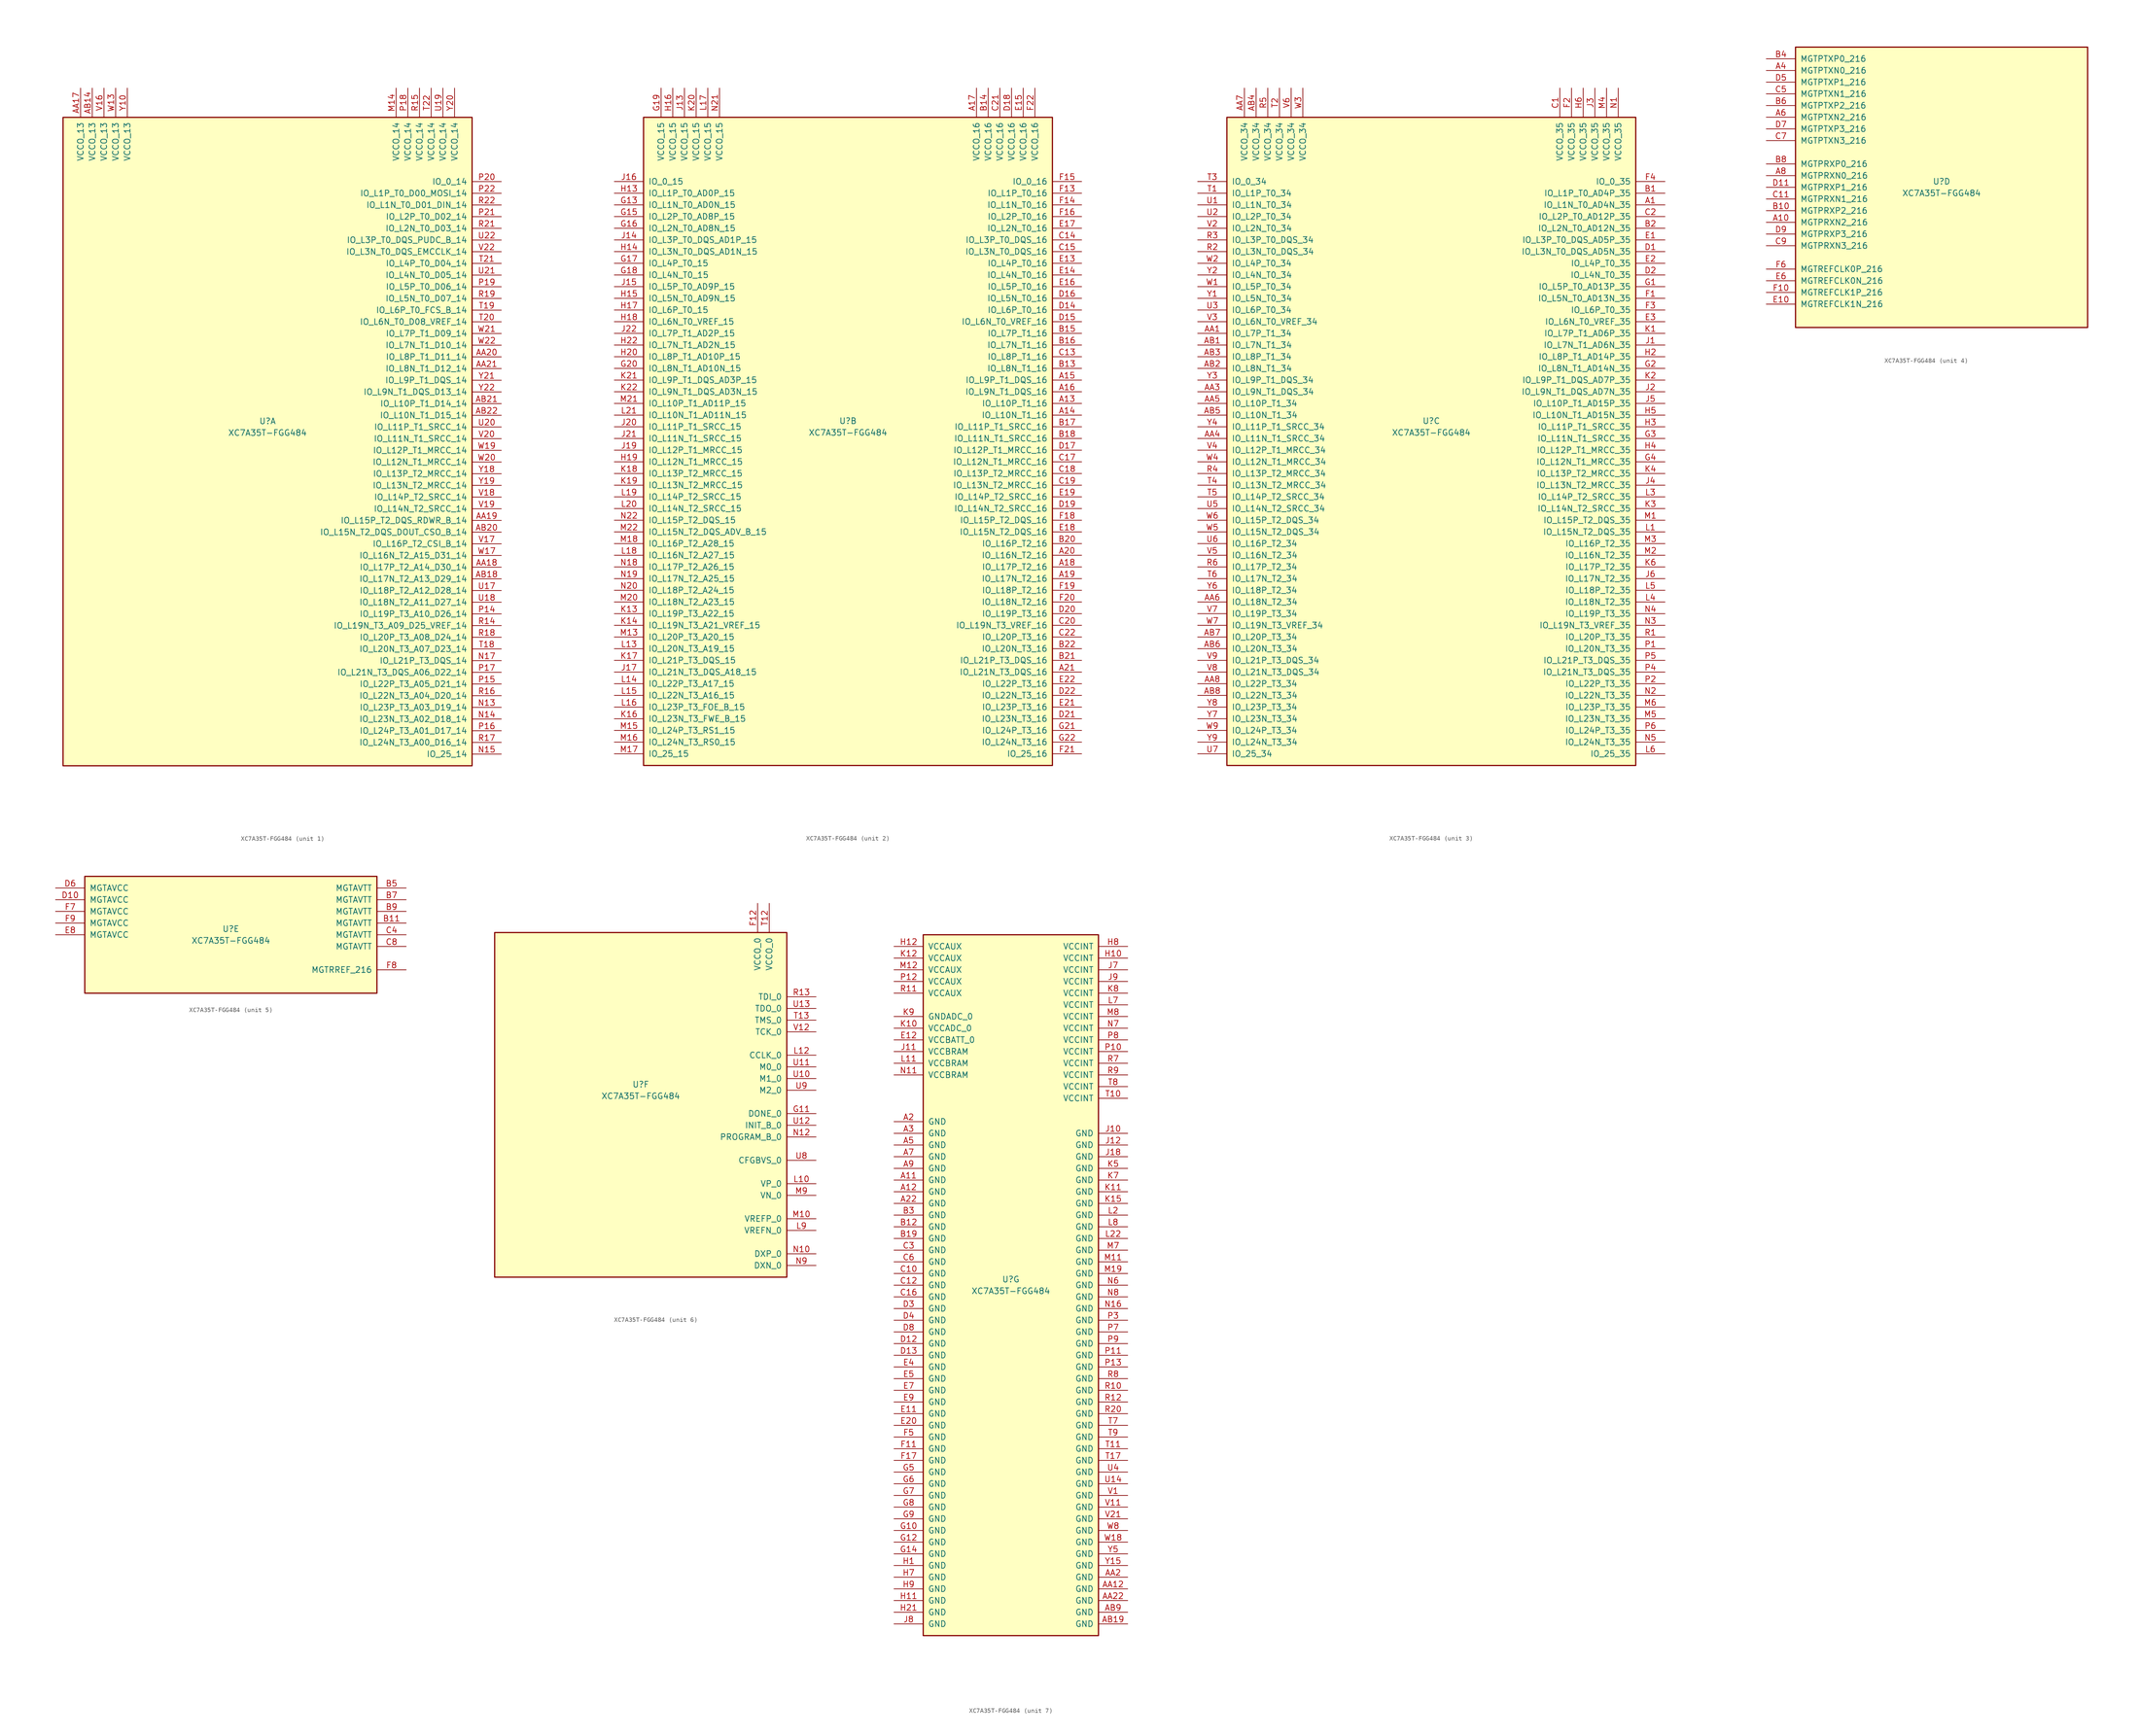
<source format=kicad_sym>
(kicad_symbol_lib
  (version 20201005)
  (generator kicad_symbol_editor)
  (symbol "FPGA_Xilinx_Artix7:XC7A35T-FGG484"
    (pin_names
      (offset 1.016))
    (property "Reference" "U"
      (at 0 1.27 0)
      (effects (font (size 1.27 1.27))))
    (property "Value" "XC7A35T-FGG484"
      (at 0 -1.27 0)
      (effects (font (size 1.27 1.27))))
    (property "Datasheet" ""
      (at 0 0 0)
      (effects (font (size 1.27 1.27))))
    (property "ki_locked" ""
      (at 0 0 0)
      (effects (font (size 1.27 1.27))))
    (symbol "XC7A35T-FGG484_1_1"
      (rectangle (start -44.45 67.31) (end 44.45 -73.66) (stroke (width 0.254)) (fill (type background)))
      (pin power_in line (at -40.64 73.66 270) (length 6.35) (name "VCCO_13" (effects (font (size 1.27 1.27)))) (number "AA17" (effects (font (size 1.27 1.27)))))
      (pin power_in line (at -38.1 73.66 270) (length 6.35) (name "VCCO_13" (effects (font (size 1.27 1.27)))) (number "AB14" (effects (font (size 1.27 1.27)))))
      (pin power_in line (at -35.56 73.66 270) (length 6.35) (name "VCCO_13" (effects (font (size 1.27 1.27)))) (number "V16" (effects (font (size 1.27 1.27)))))
      (pin power_in line (at -33.02 73.66 270) (length 6.35) (name "VCCO_13" (effects (font (size 1.27 1.27)))) (number "W13" (effects (font (size 1.27 1.27)))))
      (pin power_in line (at -30.48 73.66 270) (length 6.35) (name "VCCO_13" (effects (font (size 1.27 1.27)))) (number "Y10" (effects (font (size 1.27 1.27)))))
      (pin power_in line (at 27.94 73.66 270) (length 6.35) (name "VCCO_14" (effects (font (size 1.27 1.27)))) (number "M14" (effects (font (size 1.27 1.27)))))
      (pin power_in line (at 30.48 73.66 270) (length 6.35) (name "VCCO_14" (effects (font (size 1.27 1.27)))) (number "P18" (effects (font (size 1.27 1.27)))))
      (pin power_in line (at 33.02 73.66 270) (length 6.35) (name "VCCO_14" (effects (font (size 1.27 1.27)))) (number "R15" (effects (font (size 1.27 1.27)))))
      (pin power_in line (at 35.56 73.66 270) (length 6.35) (name "VCCO_14" (effects (font (size 1.27 1.27)))) (number "T22" (effects (font (size 1.27 1.27)))))
      (pin power_in line (at 38.1 73.66 270) (length 6.35) (name "VCCO_14" (effects (font (size 1.27 1.27)))) (number "U19" (effects (font (size 1.27 1.27)))))
      (pin power_in line (at 40.64 73.66 270) (length 6.35) (name "VCCO_14" (effects (font (size 1.27 1.27)))) (number "Y20" (effects (font (size 1.27 1.27)))))
      (pin bidirectional line (at 50.8 53.34 180) (length 6.35) (name "IO_0_14" (effects (font (size 1.27 1.27)))) (number "P20" (effects (font (size 1.27 1.27)))))
      (pin bidirectional line (at 50.8 50.8 180) (length 6.35) (name "IO_L1P_T0_D00_MOSI_14" (effects (font (size 1.27 1.27)))) (number "P22" (effects (font (size 1.27 1.27)))))
      (pin bidirectional line (at 50.8 48.26 180) (length 6.35) (name "IO_L1N_T0_D01_DIN_14" (effects (font (size 1.27 1.27)))) (number "R22" (effects (font (size 1.27 1.27)))))
      (pin bidirectional line (at 50.8 45.72 180) (length 6.35) (name "IO_L2P_T0_D02_14" (effects (font (size 1.27 1.27)))) (number "P21" (effects (font (size 1.27 1.27)))))
      (pin bidirectional line (at 50.8 43.18 180) (length 6.35) (name "IO_L2N_T0_D03_14" (effects (font (size 1.27 1.27)))) (number "R21" (effects (font (size 1.27 1.27)))))
      (pin bidirectional line (at 50.8 40.64 180) (length 6.35) (name "IO_L3P_T0_DQS_PUDC_B_14" (effects (font (size 1.27 1.27)))) (number "U22" (effects (font (size 1.27 1.27)))))
      (pin bidirectional line (at 50.8 38.1 180) (length 6.35) (name "IO_L3N_T0_DQS_EMCCLK_14" (effects (font (size 1.27 1.27)))) (number "V22" (effects (font (size 1.27 1.27)))))
      (pin bidirectional line (at 50.8 35.56 180) (length 6.35) (name "IO_L4P_T0_D04_14" (effects (font (size 1.27 1.27)))) (number "T21" (effects (font (size 1.27 1.27)))))
      (pin bidirectional line (at 50.8 33.02 180) (length 6.35) (name "IO_L4N_T0_D05_14" (effects (font (size 1.27 1.27)))) (number "U21" (effects (font (size 1.27 1.27)))))
      (pin bidirectional line (at 50.8 30.48 180) (length 6.35) (name "IO_L5P_T0_D06_14" (effects (font (size 1.27 1.27)))) (number "P19" (effects (font (size 1.27 1.27)))))
      (pin bidirectional line (at 50.8 27.94 180) (length 6.35) (name "IO_L5N_T0_D07_14" (effects (font (size 1.27 1.27)))) (number "R19" (effects (font (size 1.27 1.27)))))
      (pin bidirectional line (at 50.8 25.4 180) (length 6.35) (name "IO_L6P_T0_FCS_B_14" (effects (font (size 1.27 1.27)))) (number "T19" (effects (font (size 1.27 1.27)))))
      (pin bidirectional line (at 50.8 22.86 180) (length 6.35) (name "IO_L6N_T0_D08_VREF_14" (effects (font (size 1.27 1.27)))) (number "T20" (effects (font (size 1.27 1.27)))))
      (pin bidirectional line (at 50.8 20.32 180) (length 6.35) (name "IO_L7P_T1_D09_14" (effects (font (size 1.27 1.27)))) (number "W21" (effects (font (size 1.27 1.27)))))
      (pin bidirectional line (at 50.8 17.78 180) (length 6.35) (name "IO_L7N_T1_D10_14" (effects (font (size 1.27 1.27)))) (number "W22" (effects (font (size 1.27 1.27)))))
      (pin bidirectional line (at 50.8 15.24 180) (length 6.35) (name "IO_L8P_T1_D11_14" (effects (font (size 1.27 1.27)))) (number "AA20" (effects (font (size 1.27 1.27)))))
      (pin bidirectional line (at 50.8 12.7 180) (length 6.35) (name "IO_L8N_T1_D12_14" (effects (font (size 1.27 1.27)))) (number "AA21" (effects (font (size 1.27 1.27)))))
      (pin bidirectional line (at 50.8 10.16 180) (length 6.35) (name "IO_L9P_T1_DQS_14" (effects (font (size 1.27 1.27)))) (number "Y21" (effects (font (size 1.27 1.27)))))
      (pin bidirectional line (at 50.8 7.62 180) (length 6.35) (name "IO_L9N_T1_DQS_D13_14" (effects (font (size 1.27 1.27)))) (number "Y22" (effects (font (size 1.27 1.27)))))
      (pin bidirectional line (at 50.8 5.08 180) (length 6.35) (name "IO_L10P_T1_D14_14" (effects (font (size 1.27 1.27)))) (number "AB21" (effects (font (size 1.27 1.27)))))
      (pin bidirectional line (at 50.8 2.54 180) (length 6.35) (name "IO_L10N_T1_D15_14" (effects (font (size 1.27 1.27)))) (number "AB22" (effects (font (size 1.27 1.27)))))
      (pin bidirectional line (at 50.8 0 180) (length 6.35) (name "IO_L11P_T1_SRCC_14" (effects (font (size 1.27 1.27)))) (number "U20" (effects (font (size 1.27 1.27)))))
      (pin bidirectional line (at 50.8 -2.54 180) (length 6.35) (name "IO_L11N_T1_SRCC_14" (effects (font (size 1.27 1.27)))) (number "V20" (effects (font (size 1.27 1.27)))))
      (pin bidirectional line (at 50.8 -5.08 180) (length 6.35) (name "IO_L12P_T1_MRCC_14" (effects (font (size 1.27 1.27)))) (number "W19" (effects (font (size 1.27 1.27)))))
      (pin bidirectional line (at 50.8 -7.62 180) (length 6.35) (name "IO_L12N_T1_MRCC_14" (effects (font (size 1.27 1.27)))) (number "W20" (effects (font (size 1.27 1.27)))))
      (pin bidirectional line (at 50.8 -10.16 180) (length 6.35) (name "IO_L13P_T2_MRCC_14" (effects (font (size 1.27 1.27)))) (number "Y18" (effects (font (size 1.27 1.27)))))
      (pin bidirectional line (at 50.8 -12.7 180) (length 6.35) (name "IO_L13N_T2_MRCC_14" (effects (font (size 1.27 1.27)))) (number "Y19" (effects (font (size 1.27 1.27)))))
      (pin bidirectional line (at 50.8 -15.24 180) (length 6.35) (name "IO_L14P_T2_SRCC_14" (effects (font (size 1.27 1.27)))) (number "V18" (effects (font (size 1.27 1.27)))))
      (pin bidirectional line (at 50.8 -17.78 180) (length 6.35) (name "IO_L14N_T2_SRCC_14" (effects (font (size 1.27 1.27)))) (number "V19" (effects (font (size 1.27 1.27)))))
      (pin bidirectional line (at 50.8 -20.32 180) (length 6.35) (name "IO_L15P_T2_DQS_RDWR_B_14" (effects (font (size 1.27 1.27)))) (number "AA19" (effects (font (size 1.27 1.27)))))
      (pin bidirectional line (at 50.8 -22.86 180) (length 6.35) (name "IO_L15N_T2_DQS_DOUT_CSO_B_14" (effects (font (size 1.27 1.27)))) (number "AB20" (effects (font (size 1.27 1.27)))))
      (pin bidirectional line (at 50.8 -25.4 180) (length 6.35) (name "IO_L16P_T2_CSI_B_14" (effects (font (size 1.27 1.27)))) (number "V17" (effects (font (size 1.27 1.27)))))
      (pin bidirectional line (at 50.8 -27.94 180) (length 6.35) (name "IO_L16N_T2_A15_D31_14" (effects (font (size 1.27 1.27)))) (number "W17" (effects (font (size 1.27 1.27)))))
      (pin bidirectional line (at 50.8 -30.48 180) (length 6.35) (name "IO_L17P_T2_A14_D30_14" (effects (font (size 1.27 1.27)))) (number "AA18" (effects (font (size 1.27 1.27)))))
      (pin bidirectional line (at 50.8 -33.02 180) (length 6.35) (name "IO_L17N_T2_A13_D29_14" (effects (font (size 1.27 1.27)))) (number "AB18" (effects (font (size 1.27 1.27)))))
      (pin bidirectional line (at 50.8 -35.56 180) (length 6.35) (name "IO_L18P_T2_A12_D28_14" (effects (font (size 1.27 1.27)))) (number "U17" (effects (font (size 1.27 1.27)))))
      (pin bidirectional line (at 50.8 -38.1 180) (length 6.35) (name "IO_L18N_T2_A11_D27_14" (effects (font (size 1.27 1.27)))) (number "U18" (effects (font (size 1.27 1.27)))))
      (pin bidirectional line (at 50.8 -40.64 180) (length 6.35) (name "IO_L19P_T3_A10_D26_14" (effects (font (size 1.27 1.27)))) (number "P14" (effects (font (size 1.27 1.27)))))
      (pin bidirectional line (at 50.8 -43.18 180) (length 6.35) (name "IO_L19N_T3_A09_D25_VREF_14" (effects (font (size 1.27 1.27)))) (number "R14" (effects (font (size 1.27 1.27)))))
      (pin bidirectional line (at 50.8 -45.72 180) (length 6.35) (name "IO_L20P_T3_A08_D24_14" (effects (font (size 1.27 1.27)))) (number "R18" (effects (font (size 1.27 1.27)))))
      (pin bidirectional line (at 50.8 -48.26 180) (length 6.35) (name "IO_L20N_T3_A07_D23_14" (effects (font (size 1.27 1.27)))) (number "T18" (effects (font (size 1.27 1.27)))))
      (pin bidirectional line (at 50.8 -50.8 180) (length 6.35) (name "IO_L21P_T3_DQS_14" (effects (font (size 1.27 1.27)))) (number "N17" (effects (font (size 1.27 1.27)))))
      (pin bidirectional line (at 50.8 -53.34 180) (length 6.35) (name "IO_L21N_T3_DQS_A06_D22_14" (effects (font (size 1.27 1.27)))) (number "P17" (effects (font (size 1.27 1.27)))))
      (pin bidirectional line (at 50.8 -55.88 180) (length 6.35) (name "IO_L22P_T3_A05_D21_14" (effects (font (size 1.27 1.27)))) (number "P15" (effects (font (size 1.27 1.27)))))
      (pin bidirectional line (at 50.8 -58.42 180) (length 6.35) (name "IO_L22N_T3_A04_D20_14" (effects (font (size 1.27 1.27)))) (number "R16" (effects (font (size 1.27 1.27)))))
      (pin bidirectional line (at 50.8 -60.96 180) (length 6.35) (name "IO_L23P_T3_A03_D19_14" (effects (font (size 1.27 1.27)))) (number "N13" (effects (font (size 1.27 1.27)))))
      (pin bidirectional line (at 50.8 -63.5 180) (length 6.35) (name "IO_L23N_T3_A02_D18_14" (effects (font (size 1.27 1.27)))) (number "N14" (effects (font (size 1.27 1.27)))))
      (pin bidirectional line (at 50.8 -66.04 180) (length 6.35) (name "IO_L24P_T3_A01_D17_14" (effects (font (size 1.27 1.27)))) (number "P16" (effects (font (size 1.27 1.27)))))
      (pin bidirectional line (at 50.8 -68.58 180) (length 6.35) (name "IO_L24N_T3_A00_D16_14" (effects (font (size 1.27 1.27)))) (number "R17" (effects (font (size 1.27 1.27)))))
      (pin bidirectional line (at 50.8 -71.12 180) (length 6.35) (name "IO_25_14" (effects (font (size 1.27 1.27)))) (number "N15" (effects (font (size 1.27 1.27))))))
    (symbol "XC7A35T-FGG484_2_1"
      (rectangle (start -44.45 67.31) (end 44.45 -73.66) (stroke (width 0.254)) (fill (type background)))
      (pin power_in line (at -40.64 73.66 270) (length 6.35) (name "VCCO_15" (effects (font (size 1.27 1.27)))) (number "G19" (effects (font (size 1.27 1.27)))))
      (pin power_in line (at -38.1 73.66 270) (length 6.35) (name "VCCO_15" (effects (font (size 1.27 1.27)))) (number "H16" (effects (font (size 1.27 1.27)))))
      (pin power_in line (at -35.56 73.66 270) (length 6.35) (name "VCCO_15" (effects (font (size 1.27 1.27)))) (number "J13" (effects (font (size 1.27 1.27)))))
      (pin power_in line (at -33.02 73.66 270) (length 6.35) (name "VCCO_15" (effects (font (size 1.27 1.27)))) (number "K20" (effects (font (size 1.27 1.27)))))
      (pin power_in line (at -30.48 73.66 270) (length 6.35) (name "VCCO_15" (effects (font (size 1.27 1.27)))) (number "L17" (effects (font (size 1.27 1.27)))))
      (pin power_in line (at -27.94 73.66 270) (length 6.35) (name "VCCO_15" (effects (font (size 1.27 1.27)))) (number "N21" (effects (font (size 1.27 1.27)))))
      (pin bidirectional line (at -50.8 53.34 0) (length 6.35) (name "IO_0_15" (effects (font (size 1.27 1.27)))) (number "J16" (effects (font (size 1.27 1.27)))))
      (pin bidirectional line (at -50.8 50.8 0) (length 6.35) (name "IO_L1P_T0_AD0P_15" (effects (font (size 1.27 1.27)))) (number "H13" (effects (font (size 1.27 1.27)))))
      (pin bidirectional line (at -50.8 48.26 0) (length 6.35) (name "IO_L1N_T0_AD0N_15" (effects (font (size 1.27 1.27)))) (number "G13" (effects (font (size 1.27 1.27)))))
      (pin bidirectional line (at -50.8 45.72 0) (length 6.35) (name "IO_L2P_T0_AD8P_15" (effects (font (size 1.27 1.27)))) (number "G15" (effects (font (size 1.27 1.27)))))
      (pin bidirectional line (at -50.8 43.18 0) (length 6.35) (name "IO_L2N_T0_AD8N_15" (effects (font (size 1.27 1.27)))) (number "G16" (effects (font (size 1.27 1.27)))))
      (pin bidirectional line (at -50.8 40.64 0) (length 6.35) (name "IO_L3P_T0_DQS_AD1P_15" (effects (font (size 1.27 1.27)))) (number "J14" (effects (font (size 1.27 1.27)))))
      (pin bidirectional line (at -50.8 38.1 0) (length 6.35) (name "IO_L3N_T0_DQS_AD1N_15" (effects (font (size 1.27 1.27)))) (number "H14" (effects (font (size 1.27 1.27)))))
      (pin bidirectional line (at -50.8 35.56 0) (length 6.35) (name "IO_L4P_T0_15" (effects (font (size 1.27 1.27)))) (number "G17" (effects (font (size 1.27 1.27)))))
      (pin bidirectional line (at -50.8 33.02 0) (length 6.35) (name "IO_L4N_T0_15" (effects (font (size 1.27 1.27)))) (number "G18" (effects (font (size 1.27 1.27)))))
      (pin bidirectional line (at -50.8 30.48 0) (length 6.35) (name "IO_L5P_T0_AD9P_15" (effects (font (size 1.27 1.27)))) (number "J15" (effects (font (size 1.27 1.27)))))
      (pin bidirectional line (at -50.8 27.94 0) (length 6.35) (name "IO_L5N_T0_AD9N_15" (effects (font (size 1.27 1.27)))) (number "H15" (effects (font (size 1.27 1.27)))))
      (pin bidirectional line (at -50.8 25.4 0) (length 6.35) (name "IO_L6P_T0_15" (effects (font (size 1.27 1.27)))) (number "H17" (effects (font (size 1.27 1.27)))))
      (pin bidirectional line (at -50.8 22.86 0) (length 6.35) (name "IO_L6N_T0_VREF_15" (effects (font (size 1.27 1.27)))) (number "H18" (effects (font (size 1.27 1.27)))))
      (pin bidirectional line (at -50.8 20.32 0) (length 6.35) (name "IO_L7P_T1_AD2P_15" (effects (font (size 1.27 1.27)))) (number "J22" (effects (font (size 1.27 1.27)))))
      (pin bidirectional line (at -50.8 17.78 0) (length 6.35) (name "IO_L7N_T1_AD2N_15" (effects (font (size 1.27 1.27)))) (number "H22" (effects (font (size 1.27 1.27)))))
      (pin bidirectional line (at -50.8 15.24 0) (length 6.35) (name "IO_L8P_T1_AD10P_15" (effects (font (size 1.27 1.27)))) (number "H20" (effects (font (size 1.27 1.27)))))
      (pin bidirectional line (at -50.8 12.7 0) (length 6.35) (name "IO_L8N_T1_AD10N_15" (effects (font (size 1.27 1.27)))) (number "G20" (effects (font (size 1.27 1.27)))))
      (pin bidirectional line (at -50.8 10.16 0) (length 6.35) (name "IO_L9P_T1_DQS_AD3P_15" (effects (font (size 1.27 1.27)))) (number "K21" (effects (font (size 1.27 1.27)))))
      (pin bidirectional line (at -50.8 7.62 0) (length 6.35) (name "IO_L9N_T1_DQS_AD3N_15" (effects (font (size 1.27 1.27)))) (number "K22" (effects (font (size 1.27 1.27)))))
      (pin bidirectional line (at -50.8 5.08 0) (length 6.35) (name "IO_L10P_T1_AD11P_15" (effects (font (size 1.27 1.27)))) (number "M21" (effects (font (size 1.27 1.27)))))
      (pin bidirectional line (at -50.8 2.54 0) (length 6.35) (name "IO_L10N_T1_AD11N_15" (effects (font (size 1.27 1.27)))) (number "L21" (effects (font (size 1.27 1.27)))))
      (pin bidirectional line (at -50.8 0 0) (length 6.35) (name "IO_L11P_T1_SRCC_15" (effects (font (size 1.27 1.27)))) (number "J20" (effects (font (size 1.27 1.27)))))
      (pin bidirectional line (at -50.8 -2.54 0) (length 6.35) (name "IO_L11N_T1_SRCC_15" (effects (font (size 1.27 1.27)))) (number "J21" (effects (font (size 1.27 1.27)))))
      (pin bidirectional line (at -50.8 -5.08 0) (length 6.35) (name "IO_L12P_T1_MRCC_15" (effects (font (size 1.27 1.27)))) (number "J19" (effects (font (size 1.27 1.27)))))
      (pin bidirectional line (at -50.8 -7.62 0) (length 6.35) (name "IO_L12N_T1_MRCC_15" (effects (font (size 1.27 1.27)))) (number "H19" (effects (font (size 1.27 1.27)))))
      (pin bidirectional line (at -50.8 -10.16 0) (length 6.35) (name "IO_L13P_T2_MRCC_15" (effects (font (size 1.27 1.27)))) (number "K18" (effects (font (size 1.27 1.27)))))
      (pin bidirectional line (at -50.8 -12.7 0) (length 6.35) (name "IO_L13N_T2_MRCC_15" (effects (font (size 1.27 1.27)))) (number "K19" (effects (font (size 1.27 1.27)))))
      (pin bidirectional line (at -50.8 -15.24 0) (length 6.35) (name "IO_L14P_T2_SRCC_15" (effects (font (size 1.27 1.27)))) (number "L19" (effects (font (size 1.27 1.27)))))
      (pin bidirectional line (at -50.8 -17.78 0) (length 6.35) (name "IO_L14N_T2_SRCC_15" (effects (font (size 1.27 1.27)))) (number "L20" (effects (font (size 1.27 1.27)))))
      (pin bidirectional line (at -50.8 -20.32 0) (length 6.35) (name "IO_L15P_T2_DQS_15" (effects (font (size 1.27 1.27)))) (number "N22" (effects (font (size 1.27 1.27)))))
      (pin bidirectional line (at -50.8 -22.86 0) (length 6.35) (name "IO_L15N_T2_DQS_ADV_B_15" (effects (font (size 1.27 1.27)))) (number "M22" (effects (font (size 1.27 1.27)))))
      (pin bidirectional line (at -50.8 -25.4 0) (length 6.35) (name "IO_L16P_T2_A28_15" (effects (font (size 1.27 1.27)))) (number "M18" (effects (font (size 1.27 1.27)))))
      (pin bidirectional line (at -50.8 -27.94 0) (length 6.35) (name "IO_L16N_T2_A27_15" (effects (font (size 1.27 1.27)))) (number "L18" (effects (font (size 1.27 1.27)))))
      (pin bidirectional line (at -50.8 -30.48 0) (length 6.35) (name "IO_L17P_T2_A26_15" (effects (font (size 1.27 1.27)))) (number "N18" (effects (font (size 1.27 1.27)))))
      (pin bidirectional line (at -50.8 -33.02 0) (length 6.35) (name "IO_L17N_T2_A25_15" (effects (font (size 1.27 1.27)))) (number "N19" (effects (font (size 1.27 1.27)))))
      (pin bidirectional line (at -50.8 -35.56 0) (length 6.35) (name "IO_L18P_T2_A24_15" (effects (font (size 1.27 1.27)))) (number "N20" (effects (font (size 1.27 1.27)))))
      (pin bidirectional line (at -50.8 -38.1 0) (length 6.35) (name "IO_L18N_T2_A23_15" (effects (font (size 1.27 1.27)))) (number "M20" (effects (font (size 1.27 1.27)))))
      (pin bidirectional line (at -50.8 -40.64 0) (length 6.35) (name "IO_L19P_T3_A22_15" (effects (font (size 1.27 1.27)))) (number "K13" (effects (font (size 1.27 1.27)))))
      (pin bidirectional line (at -50.8 -43.18 0) (length 6.35) (name "IO_L19N_T3_A21_VREF_15" (effects (font (size 1.27 1.27)))) (number "K14" (effects (font (size 1.27 1.27)))))
      (pin bidirectional line (at -50.8 -45.72 0) (length 6.35) (name "IO_L20P_T3_A20_15" (effects (font (size 1.27 1.27)))) (number "M13" (effects (font (size 1.27 1.27)))))
      (pin bidirectional line (at -50.8 -48.26 0) (length 6.35) (name "IO_L20N_T3_A19_15" (effects (font (size 1.27 1.27)))) (number "L13" (effects (font (size 1.27 1.27)))))
      (pin bidirectional line (at -50.8 -50.8 0) (length 6.35) (name "IO_L21P_T3_DQS_15" (effects (font (size 1.27 1.27)))) (number "K17" (effects (font (size 1.27 1.27)))))
      (pin bidirectional line (at -50.8 -53.34 0) (length 6.35) (name "IO_L21N_T3_DQS_A18_15" (effects (font (size 1.27 1.27)))) (number "J17" (effects (font (size 1.27 1.27)))))
      (pin bidirectional line (at -50.8 -55.88 0) (length 6.35) (name "IO_L22P_T3_A17_15" (effects (font (size 1.27 1.27)))) (number "L14" (effects (font (size 1.27 1.27)))))
      (pin bidirectional line (at -50.8 -58.42 0) (length 6.35) (name "IO_L22N_T3_A16_15" (effects (font (size 1.27 1.27)))) (number "L15" (effects (font (size 1.27 1.27)))))
      (pin bidirectional line (at -50.8 -60.96 0) (length 6.35) (name "IO_L23P_T3_FOE_B_15" (effects (font (size 1.27 1.27)))) (number "L16" (effects (font (size 1.27 1.27)))))
      (pin bidirectional line (at -50.8 -63.5 0) (length 6.35) (name "IO_L23N_T3_FWE_B_15" (effects (font (size 1.27 1.27)))) (number "K16" (effects (font (size 1.27 1.27)))))
      (pin bidirectional line (at -50.8 -66.04 0) (length 6.35) (name "IO_L24P_T3_RS1_15" (effects (font (size 1.27 1.27)))) (number "M15" (effects (font (size 1.27 1.27)))))
      (pin bidirectional line (at -50.8 -68.58 0) (length 6.35) (name "IO_L24N_T3_RS0_15" (effects (font (size 1.27 1.27)))) (number "M16" (effects (font (size 1.27 1.27)))))
      (pin bidirectional line (at -50.8 -71.12 0) (length 6.35) (name "IO_25_15" (effects (font (size 1.27 1.27)))) (number "M17" (effects (font (size 1.27 1.27)))))
      (pin power_in line (at 27.94 73.66 270) (length 6.35) (name "VCCO_16" (effects (font (size 1.27 1.27)))) (number "A17" (effects (font (size 1.27 1.27)))))
      (pin power_in line (at 30.48 73.66 270) (length 6.35) (name "VCCO_16" (effects (font (size 1.27 1.27)))) (number "B14" (effects (font (size 1.27 1.27)))))
      (pin power_in line (at 33.02 73.66 270) (length 6.35) (name "VCCO_16" (effects (font (size 1.27 1.27)))) (number "C21" (effects (font (size 1.27 1.27)))))
      (pin power_in line (at 35.56 73.66 270) (length 6.35) (name "VCCO_16" (effects (font (size 1.27 1.27)))) (number "D18" (effects (font (size 1.27 1.27)))))
      (pin power_in line (at 38.1 73.66 270) (length 6.35) (name "VCCO_16" (effects (font (size 1.27 1.27)))) (number "E15" (effects (font (size 1.27 1.27)))))
      (pin power_in line (at 40.64 73.66 270) (length 6.35) (name "VCCO_16" (effects (font (size 1.27 1.27)))) (number "F22" (effects (font (size 1.27 1.27)))))
      (pin bidirectional line (at 50.8 53.34 180) (length 6.35) (name "IO_0_16" (effects (font (size 1.27 1.27)))) (number "F15" (effects (font (size 1.27 1.27)))))
      (pin bidirectional line (at 50.8 50.8 180) (length 6.35) (name "IO_L1P_T0_16" (effects (font (size 1.27 1.27)))) (number "F13" (effects (font (size 1.27 1.27)))))
      (pin bidirectional line (at 50.8 48.26 180) (length 6.35) (name "IO_L1N_T0_16" (effects (font (size 1.27 1.27)))) (number "F14" (effects (font (size 1.27 1.27)))))
      (pin bidirectional line (at 50.8 45.72 180) (length 6.35) (name "IO_L2P_T0_16" (effects (font (size 1.27 1.27)))) (number "F16" (effects (font (size 1.27 1.27)))))
      (pin bidirectional line (at 50.8 43.18 180) (length 6.35) (name "IO_L2N_T0_16" (effects (font (size 1.27 1.27)))) (number "E17" (effects (font (size 1.27 1.27)))))
      (pin bidirectional line (at 50.8 40.64 180) (length 6.35) (name "IO_L3P_T0_DQS_16" (effects (font (size 1.27 1.27)))) (number "C14" (effects (font (size 1.27 1.27)))))
      (pin bidirectional line (at 50.8 38.1 180) (length 6.35) (name "IO_L3N_T0_DQS_16" (effects (font (size 1.27 1.27)))) (number "C15" (effects (font (size 1.27 1.27)))))
      (pin bidirectional line (at 50.8 35.56 180) (length 6.35) (name "IO_L4P_T0_16" (effects (font (size 1.27 1.27)))) (number "E13" (effects (font (size 1.27 1.27)))))
      (pin bidirectional line (at 50.8 33.02 180) (length 6.35) (name "IO_L4N_T0_16" (effects (font (size 1.27 1.27)))) (number "E14" (effects (font (size 1.27 1.27)))))
      (pin bidirectional line (at 50.8 30.48 180) (length 6.35) (name "IO_L5P_T0_16" (effects (font (size 1.27 1.27)))) (number "E16" (effects (font (size 1.27 1.27)))))
      (pin bidirectional line (at 50.8 27.94 180) (length 6.35) (name "IO_L5N_T0_16" (effects (font (size 1.27 1.27)))) (number "D16" (effects (font (size 1.27 1.27)))))
      (pin bidirectional line (at 50.8 25.4 180) (length 6.35) (name "IO_L6P_T0_16" (effects (font (size 1.27 1.27)))) (number "D14" (effects (font (size 1.27 1.27)))))
      (pin bidirectional line (at 50.8 22.86 180) (length 6.35) (name "IO_L6N_T0_VREF_16" (effects (font (size 1.27 1.27)))) (number "D15" (effects (font (size 1.27 1.27)))))
      (pin bidirectional line (at 50.8 20.32 180) (length 6.35) (name "IO_L7P_T1_16" (effects (font (size 1.27 1.27)))) (number "B15" (effects (font (size 1.27 1.27)))))
      (pin bidirectional line (at 50.8 17.78 180) (length 6.35) (name "IO_L7N_T1_16" (effects (font (size 1.27 1.27)))) (number "B16" (effects (font (size 1.27 1.27)))))
      (pin bidirectional line (at 50.8 15.24 180) (length 6.35) (name "IO_L8P_T1_16" (effects (font (size 1.27 1.27)))) (number "C13" (effects (font (size 1.27 1.27)))))
      (pin bidirectional line (at 50.8 12.7 180) (length 6.35) (name "IO_L8N_T1_16" (effects (font (size 1.27 1.27)))) (number "B13" (effects (font (size 1.27 1.27)))))
      (pin bidirectional line (at 50.8 10.16 180) (length 6.35) (name "IO_L9P_T1_DQS_16" (effects (font (size 1.27 1.27)))) (number "A15" (effects (font (size 1.27 1.27)))))
      (pin bidirectional line (at 50.8 7.62 180) (length 6.35) (name "IO_L9N_T1_DQS_16" (effects (font (size 1.27 1.27)))) (number "A16" (effects (font (size 1.27 1.27)))))
      (pin bidirectional line (at 50.8 5.08 180) (length 6.35) (name "IO_L10P_T1_16" (effects (font (size 1.27 1.27)))) (number "A13" (effects (font (size 1.27 1.27)))))
      (pin bidirectional line (at 50.8 2.54 180) (length 6.35) (name "IO_L10N_T1_16" (effects (font (size 1.27 1.27)))) (number "A14" (effects (font (size 1.27 1.27)))))
      (pin bidirectional line (at 50.8 0 180) (length 6.35) (name "IO_L11P_T1_SRCC_16" (effects (font (size 1.27 1.27)))) (number "B17" (effects (font (size 1.27 1.27)))))
      (pin bidirectional line (at 50.8 -2.54 180) (length 6.35) (name "IO_L11N_T1_SRCC_16" (effects (font (size 1.27 1.27)))) (number "B18" (effects (font (size 1.27 1.27)))))
      (pin bidirectional line (at 50.8 -5.08 180) (length 6.35) (name "IO_L12P_T1_MRCC_16" (effects (font (size 1.27 1.27)))) (number "D17" (effects (font (size 1.27 1.27)))))
      (pin bidirectional line (at 50.8 -7.62 180) (length 6.35) (name "IO_L12N_T1_MRCC_16" (effects (font (size 1.27 1.27)))) (number "C17" (effects (font (size 1.27 1.27)))))
      (pin bidirectional line (at 50.8 -10.16 180) (length 6.35) (name "IO_L13P_T2_MRCC_16" (effects (font (size 1.27 1.27)))) (number "C18" (effects (font (size 1.27 1.27)))))
      (pin bidirectional line (at 50.8 -12.7 180) (length 6.35) (name "IO_L13N_T2_MRCC_16" (effects (font (size 1.27 1.27)))) (number "C19" (effects (font (size 1.27 1.27)))))
      (pin bidirectional line (at 50.8 -15.24 180) (length 6.35) (name "IO_L14P_T2_SRCC_16" (effects (font (size 1.27 1.27)))) (number "E19" (effects (font (size 1.27 1.27)))))
      (pin bidirectional line (at 50.8 -17.78 180) (length 6.35) (name "IO_L14N_T2_SRCC_16" (effects (font (size 1.27 1.27)))) (number "D19" (effects (font (size 1.27 1.27)))))
      (pin bidirectional line (at 50.8 -20.32 180) (length 6.35) (name "IO_L15P_T2_DQS_16" (effects (font (size 1.27 1.27)))) (number "F18" (effects (font (size 1.27 1.27)))))
      (pin bidirectional line (at 50.8 -22.86 180) (length 6.35) (name "IO_L15N_T2_DQS_16" (effects (font (size 1.27 1.27)))) (number "E18" (effects (font (size 1.27 1.27)))))
      (pin bidirectional line (at 50.8 -25.4 180) (length 6.35) (name "IO_L16P_T2_16" (effects (font (size 1.27 1.27)))) (number "B20" (effects (font (size 1.27 1.27)))))
      (pin bidirectional line (at 50.8 -27.94 180) (length 6.35) (name "IO_L16N_T2_16" (effects (font (size 1.27 1.27)))) (number "A20" (effects (font (size 1.27 1.27)))))
      (pin bidirectional line (at 50.8 -30.48 180) (length 6.35) (name "IO_L17P_T2_16" (effects (font (size 1.27 1.27)))) (number "A18" (effects (font (size 1.27 1.27)))))
      (pin bidirectional line (at 50.8 -33.02 180) (length 6.35) (name "IO_L17N_T2_16" (effects (font (size 1.27 1.27)))) (number "A19" (effects (font (size 1.27 1.27)))))
      (pin bidirectional line (at 50.8 -35.56 180) (length 6.35) (name "IO_L18P_T2_16" (effects (font (size 1.27 1.27)))) (number "F19" (effects (font (size 1.27 1.27)))))
      (pin bidirectional line (at 50.8 -38.1 180) (length 6.35) (name "IO_L18N_T2_16" (effects (font (size 1.27 1.27)))) (number "F20" (effects (font (size 1.27 1.27)))))
      (pin bidirectional line (at 50.8 -40.64 180) (length 6.35) (name "IO_L19P_T3_16" (effects (font (size 1.27 1.27)))) (number "D20" (effects (font (size 1.27 1.27)))))
      (pin bidirectional line (at 50.8 -43.18 180) (length 6.35) (name "IO_L19N_T3_VREF_16" (effects (font (size 1.27 1.27)))) (number "C20" (effects (font (size 1.27 1.27)))))
      (pin bidirectional line (at 50.8 -45.72 180) (length 6.35) (name "IO_L20P_T3_16" (effects (font (size 1.27 1.27)))) (number "C22" (effects (font (size 1.27 1.27)))))
      (pin bidirectional line (at 50.8 -48.26 180) (length 6.35) (name "IO_L20N_T3_16" (effects (font (size 1.27 1.27)))) (number "B22" (effects (font (size 1.27 1.27)))))
      (pin bidirectional line (at 50.8 -50.8 180) (length 6.35) (name "IO_L21P_T3_DQS_16" (effects (font (size 1.27 1.27)))) (number "B21" (effects (font (size 1.27 1.27)))))
      (pin bidirectional line (at 50.8 -53.34 180) (length 6.35) (name "IO_L21N_T3_DQS_16" (effects (font (size 1.27 1.27)))) (number "A21" (effects (font (size 1.27 1.27)))))
      (pin bidirectional line (at 50.8 -55.88 180) (length 6.35) (name "IO_L22P_T3_16" (effects (font (size 1.27 1.27)))) (number "E22" (effects (font (size 1.27 1.27)))))
      (pin bidirectional line (at 50.8 -58.42 180) (length 6.35) (name "IO_L22N_T3_16" (effects (font (size 1.27 1.27)))) (number "D22" (effects (font (size 1.27 1.27)))))
      (pin bidirectional line (at 50.8 -60.96 180) (length 6.35) (name "IO_L23P_T3_16" (effects (font (size 1.27 1.27)))) (number "E21" (effects (font (size 1.27 1.27)))))
      (pin bidirectional line (at 50.8 -63.5 180) (length 6.35) (name "IO_L23N_T3_16" (effects (font (size 1.27 1.27)))) (number "D21" (effects (font (size 1.27 1.27)))))
      (pin bidirectional line (at 50.8 -66.04 180) (length 6.35) (name "IO_L24P_T3_16" (effects (font (size 1.27 1.27)))) (number "G21" (effects (font (size 1.27 1.27)))))
      (pin bidirectional line (at 50.8 -68.58 180) (length 6.35) (name "IO_L24N_T3_16" (effects (font (size 1.27 1.27)))) (number "G22" (effects (font (size 1.27 1.27)))))
      (pin bidirectional line (at 50.8 -71.12 180) (length 6.35) (name "IO_25_16" (effects (font (size 1.27 1.27)))) (number "F21" (effects (font (size 1.27 1.27))))))
    (symbol "XC7A35T-FGG484_3_1"
      (rectangle (start -44.45 67.31) (end 44.45 -73.66) (stroke (width 0.254)) (fill (type background)))
      (pin power_in line (at -40.64 73.66 270) (length 6.35) (name "VCCO_34" (effects (font (size 1.27 1.27)))) (number "AA7" (effects (font (size 1.27 1.27)))))
      (pin power_in line (at -38.1 73.66 270) (length 6.35) (name "VCCO_34" (effects (font (size 1.27 1.27)))) (number "AB4" (effects (font (size 1.27 1.27)))))
      (pin power_in line (at -35.56 73.66 270) (length 6.35) (name "VCCO_34" (effects (font (size 1.27 1.27)))) (number "R5" (effects (font (size 1.27 1.27)))))
      (pin power_in line (at -33.02 73.66 270) (length 6.35) (name "VCCO_34" (effects (font (size 1.27 1.27)))) (number "T2" (effects (font (size 1.27 1.27)))))
      (pin power_in line (at -30.48 73.66 270) (length 6.35) (name "VCCO_34" (effects (font (size 1.27 1.27)))) (number "V6" (effects (font (size 1.27 1.27)))))
      (pin power_in line (at -27.94 73.66 270) (length 6.35) (name "VCCO_34" (effects (font (size 1.27 1.27)))) (number "W3" (effects (font (size 1.27 1.27)))))
      (pin bidirectional line (at -50.8 53.34 0) (length 6.35) (name "IO_0_34" (effects (font (size 1.27 1.27)))) (number "T3" (effects (font (size 1.27 1.27)))))
      (pin bidirectional line (at -50.8 50.8 0) (length 6.35) (name "IO_L1P_T0_34" (effects (font (size 1.27 1.27)))) (number "T1" (effects (font (size 1.27 1.27)))))
      (pin bidirectional line (at -50.8 48.26 0) (length 6.35) (name "IO_L1N_T0_34" (effects (font (size 1.27 1.27)))) (number "U1" (effects (font (size 1.27 1.27)))))
      (pin bidirectional line (at -50.8 45.72 0) (length 6.35) (name "IO_L2P_T0_34" (effects (font (size 1.27 1.27)))) (number "U2" (effects (font (size 1.27 1.27)))))
      (pin bidirectional line (at -50.8 43.18 0) (length 6.35) (name "IO_L2N_T0_34" (effects (font (size 1.27 1.27)))) (number "V2" (effects (font (size 1.27 1.27)))))
      (pin bidirectional line (at -50.8 40.64 0) (length 6.35) (name "IO_L3P_T0_DQS_34" (effects (font (size 1.27 1.27)))) (number "R3" (effects (font (size 1.27 1.27)))))
      (pin bidirectional line (at -50.8 38.1 0) (length 6.35) (name "IO_L3N_T0_DQS_34" (effects (font (size 1.27 1.27)))) (number "R2" (effects (font (size 1.27 1.27)))))
      (pin bidirectional line (at -50.8 35.56 0) (length 6.35) (name "IO_L4P_T0_34" (effects (font (size 1.27 1.27)))) (number "W2" (effects (font (size 1.27 1.27)))))
      (pin bidirectional line (at -50.8 33.02 0) (length 6.35) (name "IO_L4N_T0_34" (effects (font (size 1.27 1.27)))) (number "Y2" (effects (font (size 1.27 1.27)))))
      (pin bidirectional line (at -50.8 30.48 0) (length 6.35) (name "IO_L5P_T0_34" (effects (font (size 1.27 1.27)))) (number "W1" (effects (font (size 1.27 1.27)))))
      (pin bidirectional line (at -50.8 27.94 0) (length 6.35) (name "IO_L5N_T0_34" (effects (font (size 1.27 1.27)))) (number "Y1" (effects (font (size 1.27 1.27)))))
      (pin bidirectional line (at -50.8 25.4 0) (length 6.35) (name "IO_L6P_T0_34" (effects (font (size 1.27 1.27)))) (number "U3" (effects (font (size 1.27 1.27)))))
      (pin bidirectional line (at -50.8 22.86 0) (length 6.35) (name "IO_L6N_T0_VREF_34" (effects (font (size 1.27 1.27)))) (number "V3" (effects (font (size 1.27 1.27)))))
      (pin bidirectional line (at -50.8 20.32 0) (length 6.35) (name "IO_L7P_T1_34" (effects (font (size 1.27 1.27)))) (number "AA1" (effects (font (size 1.27 1.27)))))
      (pin bidirectional line (at -50.8 17.78 0) (length 6.35) (name "IO_L7N_T1_34" (effects (font (size 1.27 1.27)))) (number "AB1" (effects (font (size 1.27 1.27)))))
      (pin bidirectional line (at -50.8 15.24 0) (length 6.35) (name "IO_L8P_T1_34" (effects (font (size 1.27 1.27)))) (number "AB3" (effects (font (size 1.27 1.27)))))
      (pin bidirectional line (at -50.8 12.7 0) (length 6.35) (name "IO_L8N_T1_34" (effects (font (size 1.27 1.27)))) (number "AB2" (effects (font (size 1.27 1.27)))))
      (pin bidirectional line (at -50.8 10.16 0) (length 6.35) (name "IO_L9P_T1_DQS_34" (effects (font (size 1.27 1.27)))) (number "Y3" (effects (font (size 1.27 1.27)))))
      (pin bidirectional line (at -50.8 7.62 0) (length 6.35) (name "IO_L9N_T1_DQS_34" (effects (font (size 1.27 1.27)))) (number "AA3" (effects (font (size 1.27 1.27)))))
      (pin bidirectional line (at -50.8 5.08 0) (length 6.35) (name "IO_L10P_T1_34" (effects (font (size 1.27 1.27)))) (number "AA5" (effects (font (size 1.27 1.27)))))
      (pin bidirectional line (at -50.8 2.54 0) (length 6.35) (name "IO_L10N_T1_34" (effects (font (size 1.27 1.27)))) (number "AB5" (effects (font (size 1.27 1.27)))))
      (pin bidirectional line (at -50.8 0 0) (length 6.35) (name "IO_L11P_T1_SRCC_34" (effects (font (size 1.27 1.27)))) (number "Y4" (effects (font (size 1.27 1.27)))))
      (pin bidirectional line (at -50.8 -2.54 0) (length 6.35) (name "IO_L11N_T1_SRCC_34" (effects (font (size 1.27 1.27)))) (number "AA4" (effects (font (size 1.27 1.27)))))
      (pin bidirectional line (at -50.8 -5.08 0) (length 6.35) (name "IO_L12P_T1_MRCC_34" (effects (font (size 1.27 1.27)))) (number "V4" (effects (font (size 1.27 1.27)))))
      (pin bidirectional line (at -50.8 -7.62 0) (length 6.35) (name "IO_L12N_T1_MRCC_34" (effects (font (size 1.27 1.27)))) (number "W4" (effects (font (size 1.27 1.27)))))
      (pin bidirectional line (at -50.8 -10.16 0) (length 6.35) (name "IO_L13P_T2_MRCC_34" (effects (font (size 1.27 1.27)))) (number "R4" (effects (font (size 1.27 1.27)))))
      (pin bidirectional line (at -50.8 -12.7 0) (length 6.35) (name "IO_L13N_T2_MRCC_34" (effects (font (size 1.27 1.27)))) (number "T4" (effects (font (size 1.27 1.27)))))
      (pin bidirectional line (at -50.8 -15.24 0) (length 6.35) (name "IO_L14P_T2_SRCC_34" (effects (font (size 1.27 1.27)))) (number "T5" (effects (font (size 1.27 1.27)))))
      (pin bidirectional line (at -50.8 -17.78 0) (length 6.35) (name "IO_L14N_T2_SRCC_34" (effects (font (size 1.27 1.27)))) (number "U5" (effects (font (size 1.27 1.27)))))
      (pin bidirectional line (at -50.8 -20.32 0) (length 6.35) (name "IO_L15P_T2_DQS_34" (effects (font (size 1.27 1.27)))) (number "W6" (effects (font (size 1.27 1.27)))))
      (pin bidirectional line (at -50.8 -22.86 0) (length 6.35) (name "IO_L15N_T2_DQS_34" (effects (font (size 1.27 1.27)))) (number "W5" (effects (font (size 1.27 1.27)))))
      (pin bidirectional line (at -50.8 -25.4 0) (length 6.35) (name "IO_L16P_T2_34" (effects (font (size 1.27 1.27)))) (number "U6" (effects (font (size 1.27 1.27)))))
      (pin bidirectional line (at -50.8 -27.94 0) (length 6.35) (name "IO_L16N_T2_34" (effects (font (size 1.27 1.27)))) (number "V5" (effects (font (size 1.27 1.27)))))
      (pin bidirectional line (at -50.8 -30.48 0) (length 6.35) (name "IO_L17P_T2_34" (effects (font (size 1.27 1.27)))) (number "R6" (effects (font (size 1.27 1.27)))))
      (pin bidirectional line (at -50.8 -33.02 0) (length 6.35) (name "IO_L17N_T2_34" (effects (font (size 1.27 1.27)))) (number "T6" (effects (font (size 1.27 1.27)))))
      (pin bidirectional line (at -50.8 -35.56 0) (length 6.35) (name "IO_L18P_T2_34" (effects (font (size 1.27 1.27)))) (number "Y6" (effects (font (size 1.27 1.27)))))
      (pin bidirectional line (at -50.8 -38.1 0) (length 6.35) (name "IO_L18N_T2_34" (effects (font (size 1.27 1.27)))) (number "AA6" (effects (font (size 1.27 1.27)))))
      (pin bidirectional line (at -50.8 -40.64 0) (length 6.35) (name "IO_L19P_T3_34" (effects (font (size 1.27 1.27)))) (number "V7" (effects (font (size 1.27 1.27)))))
      (pin bidirectional line (at -50.8 -43.18 0) (length 6.35) (name "IO_L19N_T3_VREF_34" (effects (font (size 1.27 1.27)))) (number "W7" (effects (font (size 1.27 1.27)))))
      (pin bidirectional line (at -50.8 -45.72 0) (length 6.35) (name "IO_L20P_T3_34" (effects (font (size 1.27 1.27)))) (number "AB7" (effects (font (size 1.27 1.27)))))
      (pin bidirectional line (at -50.8 -48.26 0) (length 6.35) (name "IO_L20N_T3_34" (effects (font (size 1.27 1.27)))) (number "AB6" (effects (font (size 1.27 1.27)))))
      (pin bidirectional line (at -50.8 -50.8 0) (length 6.35) (name "IO_L21P_T3_DQS_34" (effects (font (size 1.27 1.27)))) (number "V9" (effects (font (size 1.27 1.27)))))
      (pin bidirectional line (at -50.8 -53.34 0) (length 6.35) (name "IO_L21N_T3_DQS_34" (effects (font (size 1.27 1.27)))) (number "V8" (effects (font (size 1.27 1.27)))))
      (pin bidirectional line (at -50.8 -55.88 0) (length 6.35) (name "IO_L22P_T3_34" (effects (font (size 1.27 1.27)))) (number "AA8" (effects (font (size 1.27 1.27)))))
      (pin bidirectional line (at -50.8 -58.42 0) (length 6.35) (name "IO_L22N_T3_34" (effects (font (size 1.27 1.27)))) (number "AB8" (effects (font (size 1.27 1.27)))))
      (pin bidirectional line (at -50.8 -60.96 0) (length 6.35) (name "IO_L23P_T3_34" (effects (font (size 1.27 1.27)))) (number "Y8" (effects (font (size 1.27 1.27)))))
      (pin bidirectional line (at -50.8 -63.5 0) (length 6.35) (name "IO_L23N_T3_34" (effects (font (size 1.27 1.27)))) (number "Y7" (effects (font (size 1.27 1.27)))))
      (pin bidirectional line (at -50.8 -66.04 0) (length 6.35) (name "IO_L24P_T3_34" (effects (font (size 1.27 1.27)))) (number "W9" (effects (font (size 1.27 1.27)))))
      (pin bidirectional line (at -50.8 -68.58 0) (length 6.35) (name "IO_L24N_T3_34" (effects (font (size 1.27 1.27)))) (number "Y9" (effects (font (size 1.27 1.27)))))
      (pin bidirectional line (at -50.8 -71.12 0) (length 6.35) (name "IO_25_34" (effects (font (size 1.27 1.27)))) (number "U7" (effects (font (size 1.27 1.27)))))
      (pin power_in line (at 27.94 73.66 270) (length 6.35) (name "VCCO_35" (effects (font (size 1.27 1.27)))) (number "C1" (effects (font (size 1.27 1.27)))))
      (pin power_in line (at 30.48 73.66 270) (length 6.35) (name "VCCO_35" (effects (font (size 1.27 1.27)))) (number "F2" (effects (font (size 1.27 1.27)))))
      (pin power_in line (at 33.02 73.66 270) (length 6.35) (name "VCCO_35" (effects (font (size 1.27 1.27)))) (number "H6" (effects (font (size 1.27 1.27)))))
      (pin power_in line (at 35.56 73.66 270) (length 6.35) (name "VCCO_35" (effects (font (size 1.27 1.27)))) (number "J3" (effects (font (size 1.27 1.27)))))
      (pin power_in line (at 38.1 73.66 270) (length 6.35) (name "VCCO_35" (effects (font (size 1.27 1.27)))) (number "M4" (effects (font (size 1.27 1.27)))))
      (pin power_in line (at 40.64 73.66 270) (length 6.35) (name "VCCO_35" (effects (font (size 1.27 1.27)))) (number "N1" (effects (font (size 1.27 1.27)))))
      (pin bidirectional line (at 50.8 53.34 180) (length 6.35) (name "IO_0_35" (effects (font (size 1.27 1.27)))) (number "F4" (effects (font (size 1.27 1.27)))))
      (pin bidirectional line (at 50.8 50.8 180) (length 6.35) (name "IO_L1P_T0_AD4P_35" (effects (font (size 1.27 1.27)))) (number "B1" (effects (font (size 1.27 1.27)))))
      (pin bidirectional line (at 50.8 48.26 180) (length 6.35) (name "IO_L1N_T0_AD4N_35" (effects (font (size 1.27 1.27)))) (number "A1" (effects (font (size 1.27 1.27)))))
      (pin bidirectional line (at 50.8 45.72 180) (length 6.35) (name "IO_L2P_T0_AD12P_35" (effects (font (size 1.27 1.27)))) (number "C2" (effects (font (size 1.27 1.27)))))
      (pin bidirectional line (at 50.8 43.18 180) (length 6.35) (name "IO_L2N_T0_AD12N_35" (effects (font (size 1.27 1.27)))) (number "B2" (effects (font (size 1.27 1.27)))))
      (pin bidirectional line (at 50.8 40.64 180) (length 6.35) (name "IO_L3P_T0_DQS_AD5P_35" (effects (font (size 1.27 1.27)))) (number "E1" (effects (font (size 1.27 1.27)))))
      (pin bidirectional line (at 50.8 38.1 180) (length 6.35) (name "IO_L3N_T0_DQS_AD5N_35" (effects (font (size 1.27 1.27)))) (number "D1" (effects (font (size 1.27 1.27)))))
      (pin bidirectional line (at 50.8 35.56 180) (length 6.35) (name "IO_L4P_T0_35" (effects (font (size 1.27 1.27)))) (number "E2" (effects (font (size 1.27 1.27)))))
      (pin bidirectional line (at 50.8 33.02 180) (length 6.35) (name "IO_L4N_T0_35" (effects (font (size 1.27 1.27)))) (number "D2" (effects (font (size 1.27 1.27)))))
      (pin bidirectional line (at 50.8 30.48 180) (length 6.35) (name "IO_L5P_T0_AD13P_35" (effects (font (size 1.27 1.27)))) (number "G1" (effects (font (size 1.27 1.27)))))
      (pin bidirectional line (at 50.8 27.94 180) (length 6.35) (name "IO_L5N_T0_AD13N_35" (effects (font (size 1.27 1.27)))) (number "F1" (effects (font (size 1.27 1.27)))))
      (pin bidirectional line (at 50.8 25.4 180) (length 6.35) (name "IO_L6P_T0_35" (effects (font (size 1.27 1.27)))) (number "F3" (effects (font (size 1.27 1.27)))))
      (pin bidirectional line (at 50.8 22.86 180) (length 6.35) (name "IO_L6N_T0_VREF_35" (effects (font (size 1.27 1.27)))) (number "E3" (effects (font (size 1.27 1.27)))))
      (pin bidirectional line (at 50.8 20.32 180) (length 6.35) (name "IO_L7P_T1_AD6P_35" (effects (font (size 1.27 1.27)))) (number "K1" (effects (font (size 1.27 1.27)))))
      (pin bidirectional line (at 50.8 17.78 180) (length 6.35) (name "IO_L7N_T1_AD6N_35" (effects (font (size 1.27 1.27)))) (number "J1" (effects (font (size 1.27 1.27)))))
      (pin bidirectional line (at 50.8 15.24 180) (length 6.35) (name "IO_L8P_T1_AD14P_35" (effects (font (size 1.27 1.27)))) (number "H2" (effects (font (size 1.27 1.27)))))
      (pin bidirectional line (at 50.8 12.7 180) (length 6.35) (name "IO_L8N_T1_AD14N_35" (effects (font (size 1.27 1.27)))) (number "G2" (effects (font (size 1.27 1.27)))))
      (pin bidirectional line (at 50.8 10.16 180) (length 6.35) (name "IO_L9P_T1_DQS_AD7P_35" (effects (font (size 1.27 1.27)))) (number "K2" (effects (font (size 1.27 1.27)))))
      (pin bidirectional line (at 50.8 7.62 180) (length 6.35) (name "IO_L9N_T1_DQS_AD7N_35" (effects (font (size 1.27 1.27)))) (number "J2" (effects (font (size 1.27 1.27)))))
      (pin bidirectional line (at 50.8 5.08 180) (length 6.35) (name "IO_L10P_T1_AD15P_35" (effects (font (size 1.27 1.27)))) (number "J5" (effects (font (size 1.27 1.27)))))
      (pin bidirectional line (at 50.8 2.54 180) (length 6.35) (name "IO_L10N_T1_AD15N_35" (effects (font (size 1.27 1.27)))) (number "H5" (effects (font (size 1.27 1.27)))))
      (pin bidirectional line (at 50.8 0 180) (length 6.35) (name "IO_L11P_T1_SRCC_35" (effects (font (size 1.27 1.27)))) (number "H3" (effects (font (size 1.27 1.27)))))
      (pin bidirectional line (at 50.8 -2.54 180) (length 6.35) (name "IO_L11N_T1_SRCC_35" (effects (font (size 1.27 1.27)))) (number "G3" (effects (font (size 1.27 1.27)))))
      (pin bidirectional line (at 50.8 -5.08 180) (length 6.35) (name "IO_L12P_T1_MRCC_35" (effects (font (size 1.27 1.27)))) (number "H4" (effects (font (size 1.27 1.27)))))
      (pin bidirectional line (at 50.8 -7.62 180) (length 6.35) (name "IO_L12N_T1_MRCC_35" (effects (font (size 1.27 1.27)))) (number "G4" (effects (font (size 1.27 1.27)))))
      (pin bidirectional line (at 50.8 -10.16 180) (length 6.35) (name "IO_L13P_T2_MRCC_35" (effects (font (size 1.27 1.27)))) (number "K4" (effects (font (size 1.27 1.27)))))
      (pin bidirectional line (at 50.8 -12.7 180) (length 6.35) (name "IO_L13N_T2_MRCC_35" (effects (font (size 1.27 1.27)))) (number "J4" (effects (font (size 1.27 1.27)))))
      (pin bidirectional line (at 50.8 -15.24 180) (length 6.35) (name "IO_L14P_T2_SRCC_35" (effects (font (size 1.27 1.27)))) (number "L3" (effects (font (size 1.27 1.27)))))
      (pin bidirectional line (at 50.8 -17.78 180) (length 6.35) (name "IO_L14N_T2_SRCC_35" (effects (font (size 1.27 1.27)))) (number "K3" (effects (font (size 1.27 1.27)))))
      (pin bidirectional line (at 50.8 -20.32 180) (length 6.35) (name "IO_L15P_T2_DQS_35" (effects (font (size 1.27 1.27)))) (number "M1" (effects (font (size 1.27 1.27)))))
      (pin bidirectional line (at 50.8 -22.86 180) (length 6.35) (name "IO_L15N_T2_DQS_35" (effects (font (size 1.27 1.27)))) (number "L1" (effects (font (size 1.27 1.27)))))
      (pin bidirectional line (at 50.8 -25.4 180) (length 6.35) (name "IO_L16P_T2_35" (effects (font (size 1.27 1.27)))) (number "M3" (effects (font (size 1.27 1.27)))))
      (pin bidirectional line (at 50.8 -27.94 180) (length 6.35) (name "IO_L16N_T2_35" (effects (font (size 1.27 1.27)))) (number "M2" (effects (font (size 1.27 1.27)))))
      (pin bidirectional line (at 50.8 -30.48 180) (length 6.35) (name "IO_L17P_T2_35" (effects (font (size 1.27 1.27)))) (number "K6" (effects (font (size 1.27 1.27)))))
      (pin bidirectional line (at 50.8 -33.02 180) (length 6.35) (name "IO_L17N_T2_35" (effects (font (size 1.27 1.27)))) (number "J6" (effects (font (size 1.27 1.27)))))
      (pin bidirectional line (at 50.8 -35.56 180) (length 6.35) (name "IO_L18P_T2_35" (effects (font (size 1.27 1.27)))) (number "L5" (effects (font (size 1.27 1.27)))))
      (pin bidirectional line (at 50.8 -38.1 180) (length 6.35) (name "IO_L18N_T2_35" (effects (font (size 1.27 1.27)))) (number "L4" (effects (font (size 1.27 1.27)))))
      (pin bidirectional line (at 50.8 -40.64 180) (length 6.35) (name "IO_L19P_T3_35" (effects (font (size 1.27 1.27)))) (number "N4" (effects (font (size 1.27 1.27)))))
      (pin bidirectional line (at 50.8 -43.18 180) (length 6.35) (name "IO_L19N_T3_VREF_35" (effects (font (size 1.27 1.27)))) (number "N3" (effects (font (size 1.27 1.27)))))
      (pin bidirectional line (at 50.8 -45.72 180) (length 6.35) (name "IO_L20P_T3_35" (effects (font (size 1.27 1.27)))) (number "R1" (effects (font (size 1.27 1.27)))))
      (pin bidirectional line (at 50.8 -48.26 180) (length 6.35) (name "IO_L20N_T3_35" (effects (font (size 1.27 1.27)))) (number "P1" (effects (font (size 1.27 1.27)))))
      (pin bidirectional line (at 50.8 -50.8 180) (length 6.35) (name "IO_L21P_T3_DQS_35" (effects (font (size 1.27 1.27)))) (number "P5" (effects (font (size 1.27 1.27)))))
      (pin bidirectional line (at 50.8 -53.34 180) (length 6.35) (name "IO_L21N_T3_DQS_35" (effects (font (size 1.27 1.27)))) (number "P4" (effects (font (size 1.27 1.27)))))
      (pin bidirectional line (at 50.8 -55.88 180) (length 6.35) (name "IO_L22P_T3_35" (effects (font (size 1.27 1.27)))) (number "P2" (effects (font (size 1.27 1.27)))))
      (pin bidirectional line (at 50.8 -58.42 180) (length 6.35) (name "IO_L22N_T3_35" (effects (font (size 1.27 1.27)))) (number "N2" (effects (font (size 1.27 1.27)))))
      (pin bidirectional line (at 50.8 -60.96 180) (length 6.35) (name "IO_L23P_T3_35" (effects (font (size 1.27 1.27)))) (number "M6" (effects (font (size 1.27 1.27)))))
      (pin bidirectional line (at 50.8 -63.5 180) (length 6.35) (name "IO_L23N_T3_35" (effects (font (size 1.27 1.27)))) (number "M5" (effects (font (size 1.27 1.27)))))
      (pin bidirectional line (at 50.8 -66.04 180) (length 6.35) (name "IO_L24P_T3_35" (effects (font (size 1.27 1.27)))) (number "P6" (effects (font (size 1.27 1.27)))))
      (pin bidirectional line (at 50.8 -68.58 180) (length 6.35) (name "IO_L24N_T3_35" (effects (font (size 1.27 1.27)))) (number "N5" (effects (font (size 1.27 1.27)))))
      (pin bidirectional line (at 50.8 -71.12 180) (length 6.35) (name "IO_25_35" (effects (font (size 1.27 1.27)))) (number "L6" (effects (font (size 1.27 1.27))))))
    (symbol "XC7A35T-FGG484_4_1"
      (rectangle (start -31.75 30.48) (end 31.75 -30.48) (stroke (width 0.254)) (fill (type background)))
      (pin bidirectional line (at -38.1 27.94 0) (length 6.35) (name "MGTPTXP0_216" (effects (font (size 1.27 1.27)))) (number "B4" (effects (font (size 1.27 1.27)))))
      (pin bidirectional line (at -38.1 25.4 0) (length 6.35) (name "MGTPTXN0_216" (effects (font (size 1.27 1.27)))) (number "A4" (effects (font (size 1.27 1.27)))))
      (pin bidirectional line (at -38.1 22.86 0) (length 6.35) (name "MGTPTXP1_216" (effects (font (size 1.27 1.27)))) (number "D5" (effects (font (size 1.27 1.27)))))
      (pin bidirectional line (at -38.1 20.32 0) (length 6.35) (name "MGTPTXN1_216" (effects (font (size 1.27 1.27)))) (number "C5" (effects (font (size 1.27 1.27)))))
      (pin bidirectional line (at -38.1 17.78 0) (length 6.35) (name "MGTPTXP2_216" (effects (font (size 1.27 1.27)))) (number "B6" (effects (font (size 1.27 1.27)))))
      (pin bidirectional line (at -38.1 15.24 0) (length 6.35) (name "MGTPTXN2_216" (effects (font (size 1.27 1.27)))) (number "A6" (effects (font (size 1.27 1.27)))))
      (pin bidirectional line (at -38.1 12.7 0) (length 6.35) (name "MGTPTXP3_216" (effects (font (size 1.27 1.27)))) (number "D7" (effects (font (size 1.27 1.27)))))
      (pin bidirectional line (at -38.1 10.16 0) (length 6.35) (name "MGTPTXN3_216" (effects (font (size 1.27 1.27)))) (number "C7" (effects (font (size 1.27 1.27)))))
      (pin bidirectional line (at -38.1 5.08 0) (length 6.35) (name "MGTPRXP0_216" (effects (font (size 1.27 1.27)))) (number "B8" (effects (font (size 1.27 1.27)))))
      (pin bidirectional line (at -38.1 2.54 0) (length 6.35) (name "MGTPRXN0_216" (effects (font (size 1.27 1.27)))) (number "A8" (effects (font (size 1.27 1.27)))))
      (pin bidirectional line (at -38.1 0 0) (length 6.35) (name "MGTPRXP1_216" (effects (font (size 1.27 1.27)))) (number "D11" (effects (font (size 1.27 1.27)))))
      (pin bidirectional line (at -38.1 -2.54 0) (length 6.35) (name "MGTPRXN1_216" (effects (font (size 1.27 1.27)))) (number "C11" (effects (font (size 1.27 1.27)))))
      (pin bidirectional line (at -38.1 -5.08 0) (length 6.35) (name "MGTPRXP2_216" (effects (font (size 1.27 1.27)))) (number "B10" (effects (font (size 1.27 1.27)))))
      (pin bidirectional line (at -38.1 -7.62 0) (length 6.35) (name "MGTPRXN2_216" (effects (font (size 1.27 1.27)))) (number "A10" (effects (font (size 1.27 1.27)))))
      (pin bidirectional line (at -38.1 -10.16 0) (length 6.35) (name "MGTPRXP3_216" (effects (font (size 1.27 1.27)))) (number "D9" (effects (font (size 1.27 1.27)))))
      (pin bidirectional line (at -38.1 -12.7 0) (length 6.35) (name "MGTPRXN3_216" (effects (font (size 1.27 1.27)))) (number "C9" (effects (font (size 1.27 1.27)))))
      (pin bidirectional line (at -38.1 -17.78 0) (length 6.35) (name "MGTREFCLK0P_216" (effects (font (size 1.27 1.27)))) (number "F6" (effects (font (size 1.27 1.27)))))
      (pin bidirectional line (at -38.1 -20.32 0) (length 6.35) (name "MGTREFCLK0N_216" (effects (font (size 1.27 1.27)))) (number "E6" (effects (font (size 1.27 1.27)))))
      (pin bidirectional line (at -38.1 -22.86 0) (length 6.35) (name "MGTREFCLK1P_216" (effects (font (size 1.27 1.27)))) (number "F10" (effects (font (size 1.27 1.27)))))
      (pin bidirectional line (at -38.1 -25.4 0) (length 6.35) (name "MGTREFCLK1N_216" (effects (font (size 1.27 1.27)))) (number "E10" (effects (font (size 1.27 1.27))))))
    (symbol "XC7A35T-FGG484_5_1"
      (rectangle (start -31.75 12.7) (end 31.75 -12.7) (stroke (width 0.254)) (fill (type background)))
      (pin power_in line (at -38.1 10.16 0) (length 6.35) (name "MGTAVCC" (effects (font (size 1.27 1.27)))) (number "D6" (effects (font (size 1.27 1.27)))))
      (pin power_in line (at -38.1 7.62 0) (length 6.35) (name "MGTAVCC" (effects (font (size 1.27 1.27)))) (number "D10" (effects (font (size 1.27 1.27)))))
      (pin power_in line (at -38.1 5.08 0) (length 6.35) (name "MGTAVCC" (effects (font (size 1.27 1.27)))) (number "F7" (effects (font (size 1.27 1.27)))))
      (pin power_in line (at -38.1 2.54 0) (length 6.35) (name "MGTAVCC" (effects (font (size 1.27 1.27)))) (number "F9" (effects (font (size 1.27 1.27)))))
      (pin power_in line (at -38.1 0 0) (length 6.35) (name "MGTAVCC" (effects (font (size 1.27 1.27)))) (number "E8" (effects (font (size 1.27 1.27)))))
      (pin power_in line (at 38.1 10.16 180) (length 6.35) (name "MGTAVTT" (effects (font (size 1.27 1.27)))) (number "B5" (effects (font (size 1.27 1.27)))))
      (pin power_in line (at 38.1 7.62 180) (length 6.35) (name "MGTAVTT" (effects (font (size 1.27 1.27)))) (number "B7" (effects (font (size 1.27 1.27)))))
      (pin power_in line (at 38.1 5.08 180) (length 6.35) (name "MGTAVTT" (effects (font (size 1.27 1.27)))) (number "B9" (effects (font (size 1.27 1.27)))))
      (pin power_in line (at 38.1 2.54 180) (length 6.35) (name "MGTAVTT" (effects (font (size 1.27 1.27)))) (number "B11" (effects (font (size 1.27 1.27)))))
      (pin power_in line (at 38.1 0 180) (length 6.35) (name "MGTAVTT" (effects (font (size 1.27 1.27)))) (number "C4" (effects (font (size 1.27 1.27)))))
      (pin power_in line (at 38.1 -2.54 180) (length 6.35) (name "MGTAVTT" (effects (font (size 1.27 1.27)))) (number "C8" (effects (font (size 1.27 1.27)))))
      (pin power_in line (at 38.1 -7.62 180) (length 6.35) (name "MGTRREF_216" (effects (font (size 1.27 1.27)))) (number "F8" (effects (font (size 1.27 1.27))))))
    (symbol "XC7A35T-FGG484_6_1"
      (rectangle (start -31.75 34.29) (end 31.75 -40.64) (stroke (width 0.254)) (fill (type background)))
      (pin power_in line (at 25.4 40.64 270) (length 6.35) (name "VCCO_0" (effects (font (size 1.27 1.27)))) (number "F12" (effects (font (size 1.27 1.27)))))
      (pin power_in line (at 27.94 40.64 270) (length 6.35) (name "VCCO_0" (effects (font (size 1.27 1.27)))) (number "T12" (effects (font (size 1.27 1.27)))))
      (pin bidirectional line (at 38.1 20.32 180) (length 6.35) (name "TDI_0" (effects (font (size 1.27 1.27)))) (number "R13" (effects (font (size 1.27 1.27)))))
      (pin bidirectional line (at 38.1 17.78 180) (length 6.35) (name "TDO_0" (effects (font (size 1.27 1.27)))) (number "U13" (effects (font (size 1.27 1.27)))))
      (pin bidirectional line (at 38.1 15.24 180) (length 6.35) (name "TMS_0" (effects (font (size 1.27 1.27)))) (number "T13" (effects (font (size 1.27 1.27)))))
      (pin bidirectional line (at 38.1 12.7 180) (length 6.35) (name "TCK_0" (effects (font (size 1.27 1.27)))) (number "V12" (effects (font (size 1.27 1.27)))))
      (pin bidirectional line (at 38.1 7.62 180) (length 6.35) (name "CCLK_0" (effects (font (size 1.27 1.27)))) (number "L12" (effects (font (size 1.27 1.27)))))
      (pin bidirectional line (at 38.1 5.08 180) (length 6.35) (name "M0_0" (effects (font (size 1.27 1.27)))) (number "U11" (effects (font (size 1.27 1.27)))))
      (pin bidirectional line (at 38.1 2.54 180) (length 6.35) (name "M1_0" (effects (font (size 1.27 1.27)))) (number "U10" (effects (font (size 1.27 1.27)))))
      (pin bidirectional line (at 38.1 0 180) (length 6.35) (name "M2_0" (effects (font (size 1.27 1.27)))) (number "U9" (effects (font (size 1.27 1.27)))))
      (pin bidirectional line (at 38.1 -5.08 180) (length 6.35) (name "DONE_0" (effects (font (size 1.27 1.27)))) (number "G11" (effects (font (size 1.27 1.27)))))
      (pin bidirectional line (at 38.1 -7.62 180) (length 6.35) (name "INIT_B_0" (effects (font (size 1.27 1.27)))) (number "U12" (effects (font (size 1.27 1.27)))))
      (pin bidirectional line (at 38.1 -10.16 180) (length 6.35) (name "PROGRAM_B_0" (effects (font (size 1.27 1.27)))) (number "N12" (effects (font (size 1.27 1.27)))))
      (pin bidirectional line (at 38.1 -15.24 180) (length 6.35) (name "CFGBVS_0" (effects (font (size 1.27 1.27)))) (number "U8" (effects (font (size 1.27 1.27)))))
      (pin bidirectional line (at 38.1 -20.32 180) (length 6.35) (name "VP_0" (effects (font (size 1.27 1.27)))) (number "L10" (effects (font (size 1.27 1.27)))))
      (pin bidirectional line (at 38.1 -22.86 180) (length 6.35) (name "VN_0" (effects (font (size 1.27 1.27)))) (number "M9" (effects (font (size 1.27 1.27)))))
      (pin bidirectional line (at 38.1 -27.94 180) (length 6.35) (name "VREFP_0" (effects (font (size 1.27 1.27)))) (number "M10" (effects (font (size 1.27 1.27)))))
      (pin bidirectional line (at 38.1 -30.48 180) (length 6.35) (name "VREFN_0" (effects (font (size 1.27 1.27)))) (number "L9" (effects (font (size 1.27 1.27)))))
      (pin bidirectional line (at 38.1 -35.56 180) (length 6.35) (name "DXP_0" (effects (font (size 1.27 1.27)))) (number "N10" (effects (font (size 1.27 1.27)))))
      (pin bidirectional line (at 38.1 -38.1 180) (length 6.35) (name "DXN_0" (effects (font (size 1.27 1.27)))) (number "N9" (effects (font (size 1.27 1.27))))))
    (symbol "XC7A35T-FGG484_7_1"
      (rectangle (start -19.05 76.2) (end 19.05 -76.2) (stroke (width 0.254)) (fill (type background)))
      (pin power_in line (at -25.4 73.66 0) (length 6.35) (name "VCCAUX" (effects (font (size 1.27 1.27)))) (number "H12" (effects (font (size 1.27 1.27)))))
      (pin power_in line (at -25.4 71.12 0) (length 6.35) (name "VCCAUX" (effects (font (size 1.27 1.27)))) (number "K12" (effects (font (size 1.27 1.27)))))
      (pin power_in line (at -25.4 68.58 0) (length 6.35) (name "VCCAUX" (effects (font (size 1.27 1.27)))) (number "M12" (effects (font (size 1.27 1.27)))))
      (pin power_in line (at -25.4 66.04 0) (length 6.35) (name "VCCAUX" (effects (font (size 1.27 1.27)))) (number "P12" (effects (font (size 1.27 1.27)))))
      (pin power_in line (at -25.4 63.5 0) (length 6.35) (name "VCCAUX" (effects (font (size 1.27 1.27)))) (number "R11" (effects (font (size 1.27 1.27)))))
      (pin power_in line (at -25.4 58.42 0) (length 6.35) (name "GNDADC_0" (effects (font (size 1.27 1.27)))) (number "K9" (effects (font (size 1.27 1.27)))))
      (pin power_in line (at -25.4 55.88 0) (length 6.35) (name "VCCADC_0" (effects (font (size 1.27 1.27)))) (number "K10" (effects (font (size 1.27 1.27)))))
      (pin power_in line (at -25.4 53.34 0) (length 6.35) (name "VCCBATT_0" (effects (font (size 1.27 1.27)))) (number "E12" (effects (font (size 1.27 1.27)))))
      (pin power_in line (at -25.4 50.8 0) (length 6.35) (name "VCCBRAM" (effects (font (size 1.27 1.27)))) (number "J11" (effects (font (size 1.27 1.27)))))
      (pin power_in line (at -25.4 48.26 0) (length 6.35) (name "VCCBRAM" (effects (font (size 1.27 1.27)))) (number "L11" (effects (font (size 1.27 1.27)))))
      (pin power_in line (at -25.4 45.72 0) (length 6.35) (name "VCCBRAM" (effects (font (size 1.27 1.27)))) (number "N11" (effects (font (size 1.27 1.27)))))
      (pin power_in line (at -25.4 35.56 0) (length 6.35) (name "GND" (effects (font (size 1.27 1.27)))) (number "A2" (effects (font (size 1.27 1.27)))))
      (pin power_in line (at -25.4 33.02 0) (length 6.35) (name "GND" (effects (font (size 1.27 1.27)))) (number "A3" (effects (font (size 1.27 1.27)))))
      (pin power_in line (at -25.4 30.48 0) (length 6.35) (name "GND" (effects (font (size 1.27 1.27)))) (number "A5" (effects (font (size 1.27 1.27)))))
      (pin power_in line (at -25.4 27.94 0) (length 6.35) (name "GND" (effects (font (size 1.27 1.27)))) (number "A7" (effects (font (size 1.27 1.27)))))
      (pin power_in line (at -25.4 25.4 0) (length 6.35) (name "GND" (effects (font (size 1.27 1.27)))) (number "A9" (effects (font (size 1.27 1.27)))))
      (pin power_in line (at -25.4 22.86 0) (length 6.35) (name "GND" (effects (font (size 1.27 1.27)))) (number "A11" (effects (font (size 1.27 1.27)))))
      (pin power_in line (at -25.4 20.32 0) (length 6.35) (name "GND" (effects (font (size 1.27 1.27)))) (number "A12" (effects (font (size 1.27 1.27)))))
      (pin power_in line (at -25.4 17.78 0) (length 6.35) (name "GND" (effects (font (size 1.27 1.27)))) (number "A22" (effects (font (size 1.27 1.27)))))
      (pin power_in line (at -25.4 15.24 0) (length 6.35) (name "GND" (effects (font (size 1.27 1.27)))) (number "B3" (effects (font (size 1.27 1.27)))))
      (pin power_in line (at -25.4 12.7 0) (length 6.35) (name "GND" (effects (font (size 1.27 1.27)))) (number "B12" (effects (font (size 1.27 1.27)))))
      (pin power_in line (at -25.4 10.16 0) (length 6.35) (name "GND" (effects (font (size 1.27 1.27)))) (number "B19" (effects (font (size 1.27 1.27)))))
      (pin power_in line (at -25.4 7.62 0) (length 6.35) (name "GND" (effects (font (size 1.27 1.27)))) (number "C3" (effects (font (size 1.27 1.27)))))
      (pin power_in line (at -25.4 5.08 0) (length 6.35) (name "GND" (effects (font (size 1.27 1.27)))) (number "C6" (effects (font (size 1.27 1.27)))))
      (pin power_in line (at -25.4 2.54 0) (length 6.35) (name "GND" (effects (font (size 1.27 1.27)))) (number "C10" (effects (font (size 1.27 1.27)))))
      (pin power_in line (at -25.4 0 0) (length 6.35) (name "GND" (effects (font (size 1.27 1.27)))) (number "C12" (effects (font (size 1.27 1.27)))))
      (pin power_in line (at -25.4 -2.54 0) (length 6.35) (name "GND" (effects (font (size 1.27 1.27)))) (number "C16" (effects (font (size 1.27 1.27)))))
      (pin power_in line (at -25.4 -5.08 0) (length 6.35) (name "GND" (effects (font (size 1.27 1.27)))) (number "D3" (effects (font (size 1.27 1.27)))))
      (pin power_in line (at -25.4 -7.62 0) (length 6.35) (name "GND" (effects (font (size 1.27 1.27)))) (number "D4" (effects (font (size 1.27 1.27)))))
      (pin power_in line (at -25.4 -10.16 0) (length 6.35) (name "GND" (effects (font (size 1.27 1.27)))) (number "D8" (effects (font (size 1.27 1.27)))))
      (pin power_in line (at -25.4 -12.7 0) (length 6.35) (name "GND" (effects (font (size 1.27 1.27)))) (number "D12" (effects (font (size 1.27 1.27)))))
      (pin power_in line (at -25.4 -15.24 0) (length 6.35) (name "GND" (effects (font (size 1.27 1.27)))) (number "D13" (effects (font (size 1.27 1.27)))))
      (pin power_in line (at -25.4 -17.78 0) (length 6.35) (name "GND" (effects (font (size 1.27 1.27)))) (number "E4" (effects (font (size 1.27 1.27)))))
      (pin power_in line (at -25.4 -20.32 0) (length 6.35) (name "GND" (effects (font (size 1.27 1.27)))) (number "E5" (effects (font (size 1.27 1.27)))))
      (pin power_in line (at -25.4 -22.86 0) (length 6.35) (name "GND" (effects (font (size 1.27 1.27)))) (number "E7" (effects (font (size 1.27 1.27)))))
      (pin power_in line (at -25.4 -25.4 0) (length 6.35) (name "GND" (effects (font (size 1.27 1.27)))) (number "E9" (effects (font (size 1.27 1.27)))))
      (pin power_in line (at -25.4 -27.94 0) (length 6.35) (name "GND" (effects (font (size 1.27 1.27)))) (number "E11" (effects (font (size 1.27 1.27)))))
      (pin power_in line (at -25.4 -30.48 0) (length 6.35) (name "GND" (effects (font (size 1.27 1.27)))) (number "E20" (effects (font (size 1.27 1.27)))))
      (pin power_in line (at -25.4 -33.02 0) (length 6.35) (name "GND" (effects (font (size 1.27 1.27)))) (number "F5" (effects (font (size 1.27 1.27)))))
      (pin power_in line (at -25.4 -35.56 0) (length 6.35) (name "GND" (effects (font (size 1.27 1.27)))) (number "F11" (effects (font (size 1.27 1.27)))))
      (pin power_in line (at -25.4 -38.1 0) (length 6.35) (name "GND" (effects (font (size 1.27 1.27)))) (number "F17" (effects (font (size 1.27 1.27)))))
      (pin power_in line (at -25.4 -40.64 0) (length 6.35) (name "GND" (effects (font (size 1.27 1.27)))) (number "G5" (effects (font (size 1.27 1.27)))))
      (pin power_in line (at -25.4 -43.18 0) (length 6.35) (name "GND" (effects (font (size 1.27 1.27)))) (number "G6" (effects (font (size 1.27 1.27)))))
      (pin power_in line (at -25.4 -45.72 0) (length 6.35) (name "GND" (effects (font (size 1.27 1.27)))) (number "G7" (effects (font (size 1.27 1.27)))))
      (pin power_in line (at -25.4 -48.26 0) (length 6.35) (name "GND" (effects (font (size 1.27 1.27)))) (number "G8" (effects (font (size 1.27 1.27)))))
      (pin power_in line (at -25.4 -50.8 0) (length 6.35) (name "GND" (effects (font (size 1.27 1.27)))) (number "G9" (effects (font (size 1.27 1.27)))))
      (pin power_in line (at -25.4 -53.34 0) (length 6.35) (name "GND" (effects (font (size 1.27 1.27)))) (number "G10" (effects (font (size 1.27 1.27)))))
      (pin power_in line (at -25.4 -55.88 0) (length 6.35) (name "GND" (effects (font (size 1.27 1.27)))) (number "G12" (effects (font (size 1.27 1.27)))))
      (pin power_in line (at -25.4 -58.42 0) (length 6.35) (name "GND" (effects (font (size 1.27 1.27)))) (number "G14" (effects (font (size 1.27 1.27)))))
      (pin power_in line (at -25.4 -60.96 0) (length 6.35) (name "GND" (effects (font (size 1.27 1.27)))) (number "H1" (effects (font (size 1.27 1.27)))))
      (pin power_in line (at -25.4 -63.5 0) (length 6.35) (name "GND" (effects (font (size 1.27 1.27)))) (number "H7" (effects (font (size 1.27 1.27)))))
      (pin power_in line (at -25.4 -66.04 0) (length 6.35) (name "GND" (effects (font (size 1.27 1.27)))) (number "H9" (effects (font (size 1.27 1.27)))))
      (pin power_in line (at -25.4 -68.58 0) (length 6.35) (name "GND" (effects (font (size 1.27 1.27)))) (number "H11" (effects (font (size 1.27 1.27)))))
      (pin power_in line (at -25.4 -71.12 0) (length 6.35) (name "GND" (effects (font (size 1.27 1.27)))) (number "H21" (effects (font (size 1.27 1.27)))))
      (pin power_in line (at -25.4 -73.66 0) (length 6.35) (name "GND" (effects (font (size 1.27 1.27)))) (number "J8" (effects (font (size 1.27 1.27)))))
      (pin power_in line (at 25.4 73.66 180) (length 6.35) (name "VCCINT" (effects (font (size 1.27 1.27)))) (number "H8" (effects (font (size 1.27 1.27)))))
      (pin power_in line (at 25.4 71.12 180) (length 6.35) (name "VCCINT" (effects (font (size 1.27 1.27)))) (number "H10" (effects (font (size 1.27 1.27)))))
      (pin power_in line (at 25.4 68.58 180) (length 6.35) (name "VCCINT" (effects (font (size 1.27 1.27)))) (number "J7" (effects (font (size 1.27 1.27)))))
      (pin power_in line (at 25.4 66.04 180) (length 6.35) (name "VCCINT" (effects (font (size 1.27 1.27)))) (number "J9" (effects (font (size 1.27 1.27)))))
      (pin power_in line (at 25.4 63.5 180) (length 6.35) (name "VCCINT" (effects (font (size 1.27 1.27)))) (number "K8" (effects (font (size 1.27 1.27)))))
      (pin power_in line (at 25.4 60.96 180) (length 6.35) (name "VCCINT" (effects (font (size 1.27 1.27)))) (number "L7" (effects (font (size 1.27 1.27)))))
      (pin power_in line (at 25.4 58.42 180) (length 6.35) (name "VCCINT" (effects (font (size 1.27 1.27)))) (number "M8" (effects (font (size 1.27 1.27)))))
      (pin power_in line (at 25.4 55.88 180) (length 6.35) (name "VCCINT" (effects (font (size 1.27 1.27)))) (number "N7" (effects (font (size 1.27 1.27)))))
      (pin power_in line (at 25.4 53.34 180) (length 6.35) (name "VCCINT" (effects (font (size 1.27 1.27)))) (number "P8" (effects (font (size 1.27 1.27)))))
      (pin power_in line (at 25.4 50.8 180) (length 6.35) (name "VCCINT" (effects (font (size 1.27 1.27)))) (number "P10" (effects (font (size 1.27 1.27)))))
      (pin power_in line (at 25.4 48.26 180) (length 6.35) (name "VCCINT" (effects (font (size 1.27 1.27)))) (number "R7" (effects (font (size 1.27 1.27)))))
      (pin power_in line (at 25.4 45.72 180) (length 6.35) (name "VCCINT" (effects (font (size 1.27 1.27)))) (number "R9" (effects (font (size 1.27 1.27)))))
      (pin power_in line (at 25.4 43.18 180) (length 6.35) (name "VCCINT" (effects (font (size 1.27 1.27)))) (number "T8" (effects (font (size 1.27 1.27)))))
      (pin power_in line (at 25.4 40.64 180) (length 6.35) (name "VCCINT" (effects (font (size 1.27 1.27)))) (number "T10" (effects (font (size 1.27 1.27)))))
      (pin power_in line (at 25.4 33.02 180) (length 6.35) (name "GND" (effects (font (size 1.27 1.27)))) (number "J10" (effects (font (size 1.27 1.27)))))
      (pin power_in line (at 25.4 30.48 180) (length 6.35) (name "GND" (effects (font (size 1.27 1.27)))) (number "J12" (effects (font (size 1.27 1.27)))))
      (pin power_in line (at 25.4 27.94 180) (length 6.35) (name "GND" (effects (font (size 1.27 1.27)))) (number "J18" (effects (font (size 1.27 1.27)))))
      (pin power_in line (at 25.4 25.4 180) (length 6.35) (name "GND" (effects (font (size 1.27 1.27)))) (number "K5" (effects (font (size 1.27 1.27)))))
      (pin power_in line (at 25.4 22.86 180) (length 6.35) (name "GND" (effects (font (size 1.27 1.27)))) (number "K7" (effects (font (size 1.27 1.27)))))
      (pin power_in line (at 25.4 20.32 180) (length 6.35) (name "GND" (effects (font (size 1.27 1.27)))) (number "K11" (effects (font (size 1.27 1.27)))))
      (pin power_in line (at 25.4 17.78 180) (length 6.35) (name "GND" (effects (font (size 1.27 1.27)))) (number "K15" (effects (font (size 1.27 1.27)))))
      (pin power_in line (at 25.4 15.24 180) (length 6.35) (name "GND" (effects (font (size 1.27 1.27)))) (number "L2" (effects (font (size 1.27 1.27)))))
      (pin power_in line (at 25.4 12.7 180) (length 6.35) (name "GND" (effects (font (size 1.27 1.27)))) (number "L8" (effects (font (size 1.27 1.27)))))
      (pin power_in line (at 25.4 10.16 180) (length 6.35) (name "GND" (effects (font (size 1.27 1.27)))) (number "L22" (effects (font (size 1.27 1.27)))))
      (pin power_in line (at 25.4 7.62 180) (length 6.35) (name "GND" (effects (font (size 1.27 1.27)))) (number "M7" (effects (font (size 1.27 1.27)))))
      (pin power_in line (at 25.4 5.08 180) (length 6.35) (name "GND" (effects (font (size 1.27 1.27)))) (number "M11" (effects (font (size 1.27 1.27)))))
      (pin power_in line (at 25.4 2.54 180) (length 6.35) (name "GND" (effects (font (size 1.27 1.27)))) (number "M19" (effects (font (size 1.27 1.27)))))
      (pin power_in line (at 25.4 0 180) (length 6.35) (name "GND" (effects (font (size 1.27 1.27)))) (number "N6" (effects (font (size 1.27 1.27)))))
      (pin power_in line (at 25.4 -2.54 180) (length 6.35) (name "GND" (effects (font (size 1.27 1.27)))) (number "N8" (effects (font (size 1.27 1.27)))))
      (pin power_in line (at 25.4 -5.08 180) (length 6.35) (name "GND" (effects (font (size 1.27 1.27)))) (number "N16" (effects (font (size 1.27 1.27)))))
      (pin power_in line (at 25.4 -7.62 180) (length 6.35) (name "GND" (effects (font (size 1.27 1.27)))) (number "P3" (effects (font (size 1.27 1.27)))))
      (pin power_in line (at 25.4 -10.16 180) (length 6.35) (name "GND" (effects (font (size 1.27 1.27)))) (number "P7" (effects (font (size 1.27 1.27)))))
      (pin power_in line (at 25.4 -12.7 180) (length 6.35) (name "GND" (effects (font (size 1.27 1.27)))) (number "P9" (effects (font (size 1.27 1.27)))))
      (pin power_in line (at 25.4 -15.24 180) (length 6.35) (name "GND" (effects (font (size 1.27 1.27)))) (number "P11" (effects (font (size 1.27 1.27)))))
      (pin power_in line (at 25.4 -17.78 180) (length 6.35) (name "GND" (effects (font (size 1.27 1.27)))) (number "P13" (effects (font (size 1.27 1.27)))))
      (pin power_in line (at 25.4 -20.32 180) (length 6.35) (name "GND" (effects (font (size 1.27 1.27)))) (number "R8" (effects (font (size 1.27 1.27)))))
      (pin power_in line (at 25.4 -22.86 180) (length 6.35) (name "GND" (effects (font (size 1.27 1.27)))) (number "R10" (effects (font (size 1.27 1.27)))))
      (pin power_in line (at 25.4 -25.4 180) (length 6.35) (name "GND" (effects (font (size 1.27 1.27)))) (number "R12" (effects (font (size 1.27 1.27)))))
      (pin power_in line (at 25.4 -27.94 180) (length 6.35) (name "GND" (effects (font (size 1.27 1.27)))) (number "R20" (effects (font (size 1.27 1.27)))))
      (pin power_in line (at 25.4 -30.48 180) (length 6.35) (name "GND" (effects (font (size 1.27 1.27)))) (number "T7" (effects (font (size 1.27 1.27)))))
      (pin power_in line (at 25.4 -33.02 180) (length 6.35) (name "GND" (effects (font (size 1.27 1.27)))) (number "T9" (effects (font (size 1.27 1.27)))))
      (pin power_in line (at 25.4 -35.56 180) (length 6.35) (name "GND" (effects (font (size 1.27 1.27)))) (number "T11" (effects (font (size 1.27 1.27)))))
      (pin power_in line (at 25.4 -38.1 180) (length 6.35) (name "GND" (effects (font (size 1.27 1.27)))) (number "T17" (effects (font (size 1.27 1.27)))))
      (pin power_in line (at 25.4 -40.64 180) (length 6.35) (name "GND" (effects (font (size 1.27 1.27)))) (number "U4" (effects (font (size 1.27 1.27)))))
      (pin power_in line (at 25.4 -43.18 180) (length 6.35) (name "GND" (effects (font (size 1.27 1.27)))) (number "U14" (effects (font (size 1.27 1.27)))))
      (pin power_in line (at 25.4 -45.72 180) (length 6.35) (name "GND" (effects (font (size 1.27 1.27)))) (number "V1" (effects (font (size 1.27 1.27)))))
      (pin power_in line (at 25.4 -48.26 180) (length 6.35) (name "GND" (effects (font (size 1.27 1.27)))) (number "V11" (effects (font (size 1.27 1.27)))))
      (pin power_in line (at 25.4 -50.8 180) (length 6.35) (name "GND" (effects (font (size 1.27 1.27)))) (number "V21" (effects (font (size 1.27 1.27)))))
      (pin power_in line (at 25.4 -53.34 180) (length 6.35) (name "GND" (effects (font (size 1.27 1.27)))) (number "W8" (effects (font (size 1.27 1.27)))))
      (pin power_in line (at 25.4 -55.88 180) (length 6.35) (name "GND" (effects (font (size 1.27 1.27)))) (number "W18" (effects (font (size 1.27 1.27)))))
      (pin power_in line (at 25.4 -58.42 180) (length 6.35) (name "GND" (effects (font (size 1.27 1.27)))) (number "Y5" (effects (font (size 1.27 1.27)))))
      (pin power_in line (at 25.4 -60.96 180) (length 6.35) (name "GND" (effects (font (size 1.27 1.27)))) (number "Y15" (effects (font (size 1.27 1.27)))))
      (pin power_in line (at 25.4 -63.5 180) (length 6.35) (name "GND" (effects (font (size 1.27 1.27)))) (number "AA2" (effects (font (size 1.27 1.27)))))
      (pin power_in line (at 25.4 -66.04 180) (length 6.35) (name "GND" (effects (font (size 1.27 1.27)))) (number "AA12" (effects (font (size 1.27 1.27)))))
      (pin power_in line (at 25.4 -68.58 180) (length 6.35) (name "GND" (effects (font (size 1.27 1.27)))) (number "AA22" (effects (font (size 1.27 1.27)))))
      (pin power_in line (at 25.4 -71.12 180) (length 6.35) (name "GND" (effects (font (size 1.27 1.27)))) (number "AB9" (effects (font (size 1.27 1.27)))))
      (pin power_in line (at 25.4 -73.66 180) (length 6.35) (name "GND" (effects (font (size 1.27 1.27)))) (number "AB19" (effects (font (size 1.27 1.27))))))))
</source>
